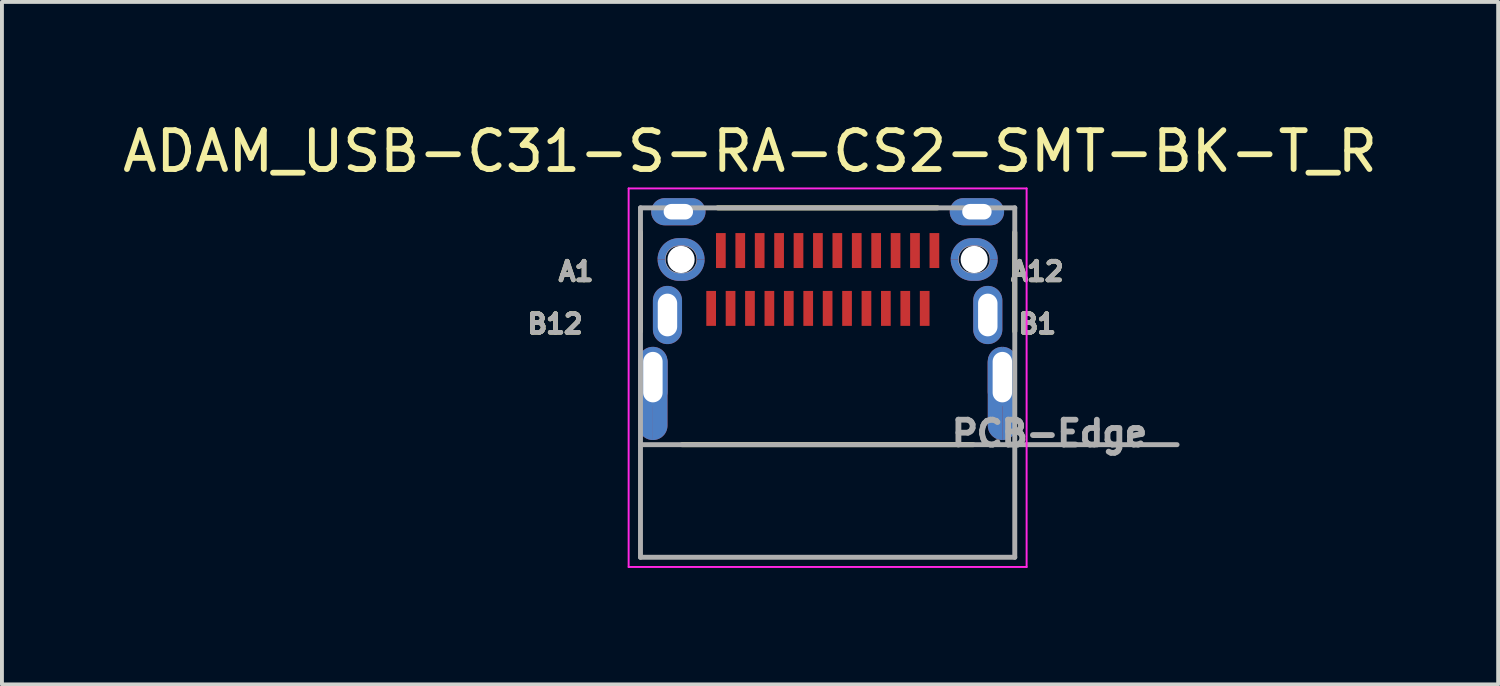
<source format=kicad_pcb>
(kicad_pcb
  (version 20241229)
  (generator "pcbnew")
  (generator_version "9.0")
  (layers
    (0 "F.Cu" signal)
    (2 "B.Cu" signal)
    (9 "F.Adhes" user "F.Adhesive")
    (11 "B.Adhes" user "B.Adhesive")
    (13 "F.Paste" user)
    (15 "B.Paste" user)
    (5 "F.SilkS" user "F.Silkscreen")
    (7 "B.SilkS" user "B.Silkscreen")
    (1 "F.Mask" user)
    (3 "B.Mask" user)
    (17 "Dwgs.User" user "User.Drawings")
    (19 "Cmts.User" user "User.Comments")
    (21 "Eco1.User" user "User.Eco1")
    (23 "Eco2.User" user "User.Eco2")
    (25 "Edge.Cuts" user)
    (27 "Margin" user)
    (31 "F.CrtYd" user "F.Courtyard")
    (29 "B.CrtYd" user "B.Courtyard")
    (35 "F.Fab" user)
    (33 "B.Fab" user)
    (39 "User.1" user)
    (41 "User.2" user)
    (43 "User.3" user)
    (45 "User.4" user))
  (footprint "ADAM_USB-C31-S-RA-CS2-SMT-BK-T_R"
    (layer "F.Cu")
    (at 18.266 3.633)
    (property "Reference" "ADAM_USB-C31-S-RA-CS2-SMT-BK-T_R" (at -1.998 -2.785 0) (layer "F.SilkS") (effects (font (size 1 1) (thickness 0.15))))
    (attr through_hole)
    (fp_poly (pts (xy -4.5 4.65) (xy -4.52 4.649) (xy -4.539 4.648) (xy -4.559 4.645) (xy -4.578 4.642) (xy -4.597 4.637) (xy -4.616 4.632) (xy -4.634 4.625) (xy -4.653 4.618) (xy -4.67 4.609) (xy -4.688 4.6) (xy -4.704 4.59) (xy -4.72 4.578) (xy -4.736 4.566) (xy -4.751 4.554) (xy -4.765 4.54) (xy -4.779 4.526) (xy -4.791 4.511) (xy -4.803 4.495) (xy -4.815 4.479) (xy -4.825 4.463) (xy -4.834 4.445) (xy -4.843 4.428) (xy -4.85 4.409) (xy -4.857 4.391) (xy -4.862 4.372) (xy -4.867 4.353) (xy -4.87 4.334) (xy -4.873 4.314) (xy -4.874 4.295) (xy -4.875 4.275) (xy -4.875 2.625) (xy -4.874 2.605) (xy -4.873 2.586) (xy -4.87 2.566) (xy -4.867 2.547) (xy -4.862 2.528) (xy -4.857 2.509) (xy -4.85 2.491) (xy -4.843 2.472) (xy -4.834 2.455) (xy -4.825 2.438) (xy -4.815 2.421) (xy -4.803 2.405) (xy -4.791 2.389) (xy -4.779 2.374) (xy -4.765 2.36) (xy -4.751 2.346) (xy -4.736 2.334) (xy -4.72 2.322) (xy -4.704 2.31) (xy -4.688 2.3) (xy -4.67 2.291) (xy -4.653 2.282) (xy -4.634 2.275) (xy -4.616 2.268) (xy -4.597 2.263) (xy -4.578 2.258) (xy -4.559 2.255) (xy -4.539 2.252) (xy -4.52 2.251) (xy -4.5 2.25) (xy -4.5 2.381) (xy -4.513 2.381) (xy -4.526 2.382) (xy -4.539 2.384) (xy -4.552 2.386) (xy -4.565 2.39) (xy -4.577 2.393) (xy -4.59 2.398) (xy -4.602 2.403) (xy -4.613 2.408) (xy -4.625 2.414) (xy -4.636 2.421) (xy -4.647 2.429) (xy -4.657 2.437) (xy -4.667 2.445) (xy -4.677 2.454) (xy -4.686 2.464) (xy -4.694 2.474) (xy -4.702 2.484) (xy -4.71 2.495) (xy -4.717 2.506) (xy -4.723 2.518) (xy -4.728 2.529) (xy -4.733 2.541) (xy -4.738 2.554) (xy -4.741 2.566) (xy -4.745 2.579) (xy -4.747 2.592) (xy -4.749 2.605) (xy -4.75 2.618) (xy -4.75 2.631) (xy -4.75 3.43) (xy -4.75 3.443) (xy -4.749 3.456) (xy -4.747 3.469) (xy -4.745 3.482) (xy -4.741 3.495) (xy -4.738 3.507) (xy -4.733 3.52) (xy -4.728 3.532) (xy -4.723 3.543) (xy -4.717 3.555) (xy -4.71 3.566) (xy -4.702 3.577) (xy -4.694 3.587) (xy -4.686 3.597) (xy -4.677 3.607) (xy -4.667 3.616) (xy -4.657 3.624) (xy -4.647 3.632) (xy -4.636 3.64) (xy -4.625 3.647) (xy -4.613 3.653) (xy -4.602 3.658) (xy -4.59 3.663) (xy -4.577 3.668) (xy -4.565 3.671) (xy -4.552 3.675) (xy -4.539 3.677) (xy -4.526 3.679) (xy -4.513 3.68) (xy -4.5 3.68) (xy -4.5 4.65)) (stroke (width 0) (type solid)) (fill yes) (layer "F.Cu"))
    (fp_poly (pts (xy 4.5 4.65) (xy 4.48 4.649) (xy 4.461 4.648) (xy 4.441 4.645) (xy 4.422 4.642) (xy 4.403 4.637) (xy 4.384 4.632) (xy 4.366 4.625) (xy 4.347 4.618) (xy 4.33 4.609) (xy 4.313 4.6) (xy 4.296 4.59) (xy 4.28 4.578) (xy 4.264 4.566) (xy 4.249 4.554) (xy 4.235 4.54) (xy 4.221 4.526) (xy 4.209 4.511) (xy 4.197 4.495) (xy 4.185 4.479) (xy 4.175 4.463) (xy 4.166 4.445) (xy 4.157 4.428) (xy 4.15 4.409) (xy 4.143 4.391) (xy 4.138 4.372) (xy 4.133 4.353) (xy 4.13 4.334) (xy 4.127 4.314) (xy 4.126 4.295) (xy 4.125 4.275) (xy 4.125 2.625) (xy 4.126 2.605) (xy 4.127 2.586) (xy 4.13 2.566) (xy 4.133 2.547) (xy 4.138 2.528) (xy 4.143 2.509) (xy 4.15 2.491) (xy 4.157 2.472) (xy 4.166 2.455) (xy 4.175 2.438) (xy 4.185 2.421) (xy 4.197 2.405) (xy 4.209 2.389) (xy 4.221 2.374) (xy 4.235 2.36) (xy 4.249 2.346) (xy 4.264 2.334) (xy 4.28 2.322) (xy 4.296 2.31) (xy 4.313 2.3) (xy 4.33 2.291) (xy 4.347 2.282) (xy 4.366 2.275) (xy 4.384 2.268) (xy 4.403 2.263) (xy 4.422 2.258) (xy 4.441 2.255) (xy 4.461 2.252) (xy 4.48 2.251) (xy 4.5 2.25) (xy 4.5 2.381) (xy 4.487 2.381) (xy 4.474 2.382) (xy 4.461 2.384) (xy 4.448 2.386) (xy 4.435 2.39) (xy 4.423 2.393) (xy 4.41 2.398) (xy 4.398 2.403) (xy 4.387 2.408) (xy 4.375 2.414) (xy 4.364 2.421) (xy 4.353 2.429) (xy 4.343 2.437) (xy 4.333 2.445) (xy 4.323 2.454) (xy 4.314 2.464) (xy 4.306 2.474) (xy 4.298 2.484) (xy 4.29 2.495) (xy 4.283 2.506) (xy 4.277 2.518) (xy 4.272 2.529) (xy 4.267 2.541) (xy 4.262 2.554) (xy 4.259 2.566) (xy 4.255 2.579) (xy 4.253 2.592) (xy 4.251 2.605) (xy 4.25 2.618) (xy 4.25 2.631) (xy 4.25 3.43) (xy 4.25 3.443) (xy 4.251 3.456) (xy 4.253 3.469) (xy 4.255 3.482) (xy 4.259 3.495) (xy 4.262 3.507) (xy 4.267 3.52) (xy 4.272 3.532) (xy 4.277 3.543) (xy 4.283 3.555) (xy 4.29 3.566) (xy 4.298 3.577) (xy 4.306 3.587) (xy 4.314 3.597) (xy 4.323 3.607) (xy 4.333 3.616) (xy 4.343 3.624) (xy 4.353 3.632) (xy 4.364 3.64) (xy 4.375 3.647) (xy 4.387 3.653) (xy 4.398 3.658) (xy 4.41 3.663) (xy 4.423 3.668) (xy 4.435 3.671) (xy 4.448 3.675) (xy 4.461 3.677) (xy 4.474 3.679) (xy 4.487 3.68) (xy 4.5 3.68) (xy 4.5 4.65)) (stroke (width 0) (type solid)) (fill yes) (layer "F.Cu"))
    (fp_poly (pts (xy -4.499 4.65) (xy -4.479 4.649) (xy -4.459 4.648) (xy -4.44 4.645) (xy -4.421 4.642) (xy -4.402 4.637) (xy -4.383 4.632) (xy -4.365 4.625) (xy -4.347 4.618) (xy -4.329 4.609) (xy -4.312 4.6) (xy -4.295 4.59) (xy -4.279 4.579) (xy -4.263 4.567) (xy -4.249 4.554) (xy -4.234 4.541) (xy -4.221 4.526) (xy -4.208 4.512) (xy -4.196 4.496) (xy -4.185 4.48) (xy -4.175 4.463) (xy -4.166 4.446) (xy -4.157 4.428) (xy -4.15 4.41) (xy -4.143 4.392) (xy -4.138 4.373) (xy -4.133 4.354) (xy -4.13 4.335) (xy -4.127 4.316) (xy -4.126 4.296) (xy -4.125 4.277) (xy -4.125 2.625) (xy -4.126 2.605) (xy -4.127 2.585) (xy -4.13 2.566) (xy -4.133 2.547) (xy -4.138 2.528) (xy -4.143 2.509) (xy -4.15 2.49) (xy -4.157 2.472) (xy -4.166 2.454) (xy -4.175 2.437) (xy -4.185 2.421) (xy -4.197 2.404) (xy -4.208 2.389) (xy -4.221 2.374) (xy -4.235 2.36) (xy -4.249 2.346) (xy -4.264 2.333) (xy -4.279 2.322) (xy -4.296 2.31) (xy -4.312 2.3) (xy -4.329 2.291) (xy -4.347 2.282) (xy -4.365 2.275) (xy -4.384 2.268) (xy -4.403 2.263) (xy -4.422 2.258) (xy -4.441 2.255) (xy -4.46 2.252) (xy -4.48 2.251) (xy -4.499 2.25) (xy -4.499 2.38) (xy -4.486 2.38) (xy -4.473 2.381) (xy -4.46 2.383) (xy -4.447 2.385) (xy -4.435 2.388) (xy -4.422 2.392) (xy -4.41 2.397) (xy -4.398 2.402) (xy -4.386 2.407) (xy -4.374 2.413) (xy -4.363 2.42) (xy -4.353 2.428) (xy -4.342 2.435) (xy -4.332 2.444) (xy -4.323 2.453) (xy -4.314 2.462) (xy -4.305 2.472) (xy -4.298 2.483) (xy -4.29 2.493) (xy -4.283 2.505) (xy -4.277 2.516) (xy -4.272 2.528) (xy -4.267 2.54) (xy -4.262 2.552) (xy -4.258 2.565) (xy -4.255 2.577) (xy -4.253 2.59) (xy -4.251 2.603) (xy -4.25 2.616) (xy -4.25 2.629) (xy -4.25 3.431) (xy -4.25 3.444) (xy -4.251 3.457) (xy -4.253 3.47) (xy -4.255 3.483) (xy -4.259 3.496) (xy -4.262 3.508) (xy -4.267 3.521) (xy -4.272 3.533) (xy -4.277 3.544) (xy -4.283 3.556) (xy -4.29 3.567) (xy -4.298 3.578) (xy -4.306 3.588) (xy -4.314 3.598) (xy -4.323 3.608) (xy -4.333 3.617) (xy -4.343 3.625) (xy -4.353 3.633) (xy -4.364 3.641) (xy -4.375 3.648) (xy -4.387 3.654) (xy -4.398 3.659) (xy -4.41 3.664) (xy -4.423 3.669) (xy -4.435 3.672) (xy -4.448 3.676) (xy -4.461 3.678) (xy -4.474 3.68) (xy -4.487 3.681) (xy -4.5 3.681) (xy -4.5 4.65) (xy -4.499 4.65)) (stroke (width 0) (type solid)) (fill yes) (layer "F.Cu"))
    (fp_poly (pts (xy 4.501 4.65) (xy 4.521 4.649) (xy 4.541 4.648) (xy 4.56 4.645) (xy 4.579 4.642) (xy 4.598 4.637) (xy 4.617 4.632) (xy 4.635 4.625) (xy 4.653 4.618) (xy 4.671 4.609) (xy 4.688 4.6) (xy 4.705 4.59) (xy 4.721 4.579) (xy 4.737 4.567) (xy 4.751 4.554) (xy 4.766 4.541) (xy 4.779 4.526) (xy 4.792 4.512) (xy 4.804 4.496) (xy 4.815 4.48) (xy 4.825 4.463) (xy 4.834 4.446) (xy 4.843 4.428) (xy 4.85 4.41) (xy 4.857 4.392) (xy 4.862 4.373) (xy 4.867 4.354) (xy 4.87 4.335) (xy 4.873 4.316) (xy 4.874 4.296) (xy 4.875 4.277) (xy 4.875 2.625) (xy 4.874 2.605) (xy 4.873 2.585) (xy 4.87 2.566) (xy 4.867 2.547) (xy 4.862 2.528) (xy 4.857 2.509) (xy 4.85 2.49) (xy 4.843 2.472) (xy 4.834 2.454) (xy 4.825 2.437) (xy 4.815 2.421) (xy 4.803 2.404) (xy 4.792 2.389) (xy 4.779 2.374) (xy 4.765 2.36) (xy 4.751 2.346) (xy 4.736 2.333) (xy 4.721 2.322) (xy 4.704 2.31) (xy 4.688 2.3) (xy 4.671 2.291) (xy 4.653 2.282) (xy 4.635 2.275) (xy 4.616 2.268) (xy 4.597 2.263) (xy 4.578 2.258) (xy 4.559 2.255) (xy 4.54 2.252) (xy 4.52 2.251) (xy 4.501 2.25) (xy 4.501 2.38) (xy 4.514 2.38) (xy 4.527 2.381) (xy 4.54 2.383) (xy 4.553 2.385) (xy 4.565 2.388) (xy 4.578 2.392) (xy 4.59 2.397) (xy 4.602 2.402) (xy 4.614 2.407) (xy 4.626 2.413) (xy 4.637 2.42) (xy 4.647 2.428) (xy 4.658 2.435) (xy 4.668 2.444) (xy 4.677 2.453) (xy 4.686 2.462) (xy 4.695 2.472) (xy 4.702 2.483) (xy 4.71 2.493) (xy 4.717 2.505) (xy 4.723 2.516) (xy 4.728 2.528) (xy 4.733 2.54) (xy 4.738 2.552) (xy 4.742 2.565) (xy 4.745 2.577) (xy 4.747 2.59) (xy 4.749 2.603) (xy 4.75 2.616) (xy 4.75 2.629) (xy 4.75 3.431) (xy 4.75 3.444) (xy 4.749 3.457) (xy 4.747 3.47) (xy 4.745 3.483) (xy 4.741 3.496) (xy 4.738 3.508) (xy 4.733 3.521) (xy 4.728 3.533) (xy 4.723 3.544) (xy 4.717 3.556) (xy 4.71 3.567) (xy 4.702 3.578) (xy 4.694 3.588) (xy 4.686 3.598) (xy 4.677 3.608) (xy 4.667 3.617) (xy 4.657 3.625) (xy 4.647 3.633) (xy 4.636 3.641) (xy 4.625 3.648) (xy 4.613 3.654) (xy 4.602 3.659) (xy 4.59 3.664) (xy 4.577 3.669) (xy 4.565 3.672) (xy 4.552 3.676) (xy 4.539 3.678) (xy 4.526 3.68) (xy 4.513 3.681) (xy 4.5 3.681) (xy 4.5 4.65) (xy 4.501 4.65)) (stroke (width 0) (type solid)) (fill yes) (layer "F.Cu"))
    (fp_poly (pts (xy -3.17 -0.004) (xy -3.171 0.027) (xy -3.173 0.056) (xy -3.177 0.085) (xy -3.182 0.113) (xy -3.189 0.141) (xy -3.197 0.169) (xy -3.207 0.196) (xy -3.218 0.223) (xy -3.23 0.249) (xy -3.244 0.274) (xy -3.259 0.299) (xy -3.275 0.323) (xy -3.293 0.346) (xy -3.312 0.368) (xy -3.332 0.388) (xy -3.352 0.408) (xy -3.374 0.427) (xy -3.397 0.445) (xy -3.421 0.461) (xy -3.446 0.476) (xy -3.471 0.49) (xy -3.497 0.502) (xy -3.524 0.513) (xy -3.551 0.523) (xy -3.579 0.531) (xy -3.607 0.538) (xy -3.635 0.543) (xy -3.664 0.547) (xy -3.693 0.549) (xy -3.719 0.55) (xy -3.829 0.55) (xy -3.856 0.549) (xy -3.885 0.547) (xy -3.914 0.543) (xy -3.942 0.538) (xy -3.97 0.531) (xy -3.998 0.523) (xy -4.025 0.513) (xy -4.052 0.502) (xy -4.078 0.49) (xy -4.104 0.476) (xy -4.128 0.461) (xy -4.152 0.444) (xy -4.175 0.427) (xy -4.197 0.408) (xy -4.218 0.388) (xy -4.238 0.367) (xy -4.257 0.345) (xy -4.274 0.322) (xy -4.291 0.298) (xy -4.306 0.274) (xy -4.32 0.248) (xy -4.332 0.222) (xy -4.343 0.195) (xy -4.353 0.168) (xy -4.361 0.14) (xy -4.368 0.112) (xy -4.373 0.084) (xy -4.377 0.055) (xy -4.379 0.026) (xy -4.38 -0.004) (xy -4.18 -0.004) (xy -4.179 -0.004) (xy -4.179 -0.005) (xy -4.179 0.015) (xy -4.177 0.034) (xy -4.175 0.052) (xy -4.171 0.07) (xy -4.167 0.088) (xy -4.162 0.106) (xy -4.156 0.124) (xy -4.148 0.141) (xy -4.141 0.157) (xy -4.132 0.174) (xy -4.122 0.189) (xy -4.112 0.204) (xy -4.1 0.219) (xy -4.088 0.233) (xy -4.076 0.247) (xy -4.062 0.259) (xy -4.048 0.271) (xy -4.033 0.283) (xy -4.018 0.293) (xy -4.003 0.303) (xy -3.986 0.312) (xy -3.97 0.319) (xy -3.953 0.327) (xy -3.935 0.333) (xy -3.917 0.338) (xy -3.899 0.342) (xy -3.881 0.346) (xy -3.863 0.348) (xy -3.844 0.35) (xy -3.828 0.35) (xy -3.72 0.35) (xy -3.704 0.35) (xy -3.685 0.348) (xy -3.667 0.346) (xy -3.649 0.342) (xy -3.631 0.338) (xy -3.613 0.333) (xy -3.596 0.327) (xy -3.579 0.32) (xy -3.562 0.312) (xy -3.546 0.303) (xy -3.53 0.293) (xy -3.515 0.283) (xy -3.5 0.272) (xy -3.486 0.26) (xy -3.473 0.247) (xy -3.46 0.234) (xy -3.448 0.22) (xy -3.437 0.205) (xy -3.427 0.19) (xy -3.417 0.174) (xy -3.408 0.158) (xy -3.4 0.141) (xy -3.393 0.124) (xy -3.387 0.107) (xy -3.382 0.089) (xy -3.378 0.071) (xy -3.374 0.053) (xy -3.372 0.035) (xy -3.37 0.016) (xy -3.37 -0.004) (xy -3.17 -0.004)) (stroke (width 0.0001) (type solid)) (fill yes) (layer "F.Cu"))
    (fp_poly (pts (xy 4.38 -0.004) (xy 4.379 0.027) (xy 4.377 0.056) (xy 4.373 0.085) (xy 4.368 0.113) (xy 4.361 0.141) (xy 4.353 0.169) (xy 4.343 0.196) (xy 4.332 0.223) (xy 4.32 0.249) (xy 4.306 0.274) (xy 4.291 0.299) (xy 4.275 0.323) (xy 4.257 0.346) (xy 4.238 0.368) (xy 4.218 0.388) (xy 4.198 0.408) (xy 4.176 0.427) (xy 4.153 0.445) (xy 4.129 0.461) (xy 4.104 0.476) (xy 4.079 0.49) (xy 4.053 0.502) (xy 4.026 0.513) (xy 3.999 0.523) (xy 3.971 0.531) (xy 3.943 0.538) (xy 3.915 0.543) (xy 3.886 0.547) (xy 3.857 0.549) (xy 3.831 0.55) (xy 3.721 0.55) (xy 3.694 0.549) (xy 3.665 0.547) (xy 3.636 0.543) (xy 3.608 0.538) (xy 3.58 0.531) (xy 3.552 0.523) (xy 3.525 0.513) (xy 3.498 0.502) (xy 3.472 0.49) (xy 3.446 0.476) (xy 3.422 0.461) (xy 3.398 0.444) (xy 3.375 0.427) (xy 3.353 0.408) (xy 3.332 0.388) (xy 3.312 0.367) (xy 3.293 0.345) (xy 3.276 0.322) (xy 3.259 0.298) (xy 3.244 0.274) (xy 3.23 0.248) (xy 3.218 0.222) (xy 3.207 0.195) (xy 3.197 0.168) (xy 3.189 0.14) (xy 3.182 0.112) (xy 3.177 0.084) (xy 3.173 0.055) (xy 3.171 0.026) (xy 3.17 -0.004) (xy 3.37 -0.004) (xy 3.371 -0.004) (xy 3.371 -0.005) (xy 3.371 0.015) (xy 3.373 0.034) (xy 3.375 0.052) (xy 3.379 0.07) (xy 3.383 0.088) (xy 3.388 0.106) (xy 3.394 0.124) (xy 3.402 0.141) (xy 3.409 0.157) (xy 3.418 0.174) (xy 3.428 0.189) (xy 3.438 0.204) (xy 3.45 0.219) (xy 3.462 0.233) (xy 3.474 0.247) (xy 3.488 0.259) (xy 3.502 0.271) (xy 3.517 0.283) (xy 3.532 0.293) (xy 3.547 0.303) (xy 3.564 0.312) (xy 3.58 0.319) (xy 3.597 0.327) (xy 3.615 0.333) (xy 3.633 0.338) (xy 3.651 0.342) (xy 3.669 0.346) (xy 3.687 0.348) (xy 3.706 0.35) (xy 3.722 0.35) (xy 3.83 0.35) (xy 3.846 0.35) (xy 3.865 0.348) (xy 3.883 0.346) (xy 3.901 0.342) (xy 3.919 0.338) (xy 3.937 0.333) (xy 3.954 0.327) (xy 3.971 0.32) (xy 3.988 0.312) (xy 4.004 0.303) (xy 4.02 0.293) (xy 4.035 0.283) (xy 4.05 0.272) (xy 4.064 0.26) (xy 4.077 0.247) (xy 4.09 0.234) (xy 4.102 0.22) (xy 4.113 0.205) (xy 4.123 0.19) (xy 4.133 0.174) (xy 4.142 0.158) (xy 4.15 0.141) (xy 4.157 0.124) (xy 4.163 0.107) (xy 4.168 0.089) (xy 4.172 0.071) (xy 4.176 0.053) (xy 4.178 0.035) (xy 4.18 0.016) (xy 4.18 -0.004) (xy 4.38 -0.004)) (stroke (width 0.0001) (type solid)) (fill yes) (layer "F.Cu"))
    (fp_poly (pts (xy -4.5 4.75) (xy -4.525 4.749) (xy -4.55 4.747) (xy -4.574 4.744) (xy -4.599 4.74) (xy -4.623 4.734) (xy -4.647 4.727) (xy -4.67 4.718) (xy -4.693 4.709) (xy -4.716 4.698) (xy -4.737 4.686) (xy -4.759 4.673) (xy -4.779 4.659) (xy -4.799 4.644) (xy -4.818 4.628) (xy -4.836 4.611) (xy -4.853 4.593) (xy -4.869 4.574) (xy -4.884 4.554) (xy -4.898 4.534) (xy -4.911 4.513) (xy -4.923 4.491) (xy -4.934 4.468) (xy -4.943 4.445) (xy -4.952 4.422) (xy -4.959 4.398) (xy -4.965 4.374) (xy -4.969 4.349) (xy -4.972 4.325) (xy -4.974 4.3) (xy -4.975 4.275) (xy -4.975 2.608) (xy -4.974 2.583) (xy -4.972 2.558) (xy -4.969 2.534) (xy -4.965 2.509) (xy -4.959 2.485) (xy -4.952 2.461) (xy -4.943 2.437) (xy -4.934 2.414) (xy -4.923 2.392) (xy -4.911 2.37) (xy -4.898 2.349) (xy -4.884 2.328) (xy -4.869 2.308) (xy -4.853 2.289) (xy -4.836 2.271) (xy -4.818 2.254) (xy -4.799 2.238) (xy -4.779 2.223) (xy -4.758 2.209) (xy -4.737 2.196) (xy -4.715 2.184) (xy -4.693 2.173) (xy -4.67 2.164) (xy -4.646 2.155) (xy -4.622 2.148) (xy -4.598 2.142) (xy -4.573 2.138) (xy -4.549 2.135) (xy -4.524 2.133) (xy -4.499 2.132) (xy -4.475 2.133) (xy -4.45 2.135) (xy -4.425 2.138) (xy -4.401 2.142) (xy -4.377 2.148) (xy -4.353 2.155) (xy -4.329 2.164) (xy -4.307 2.173) (xy -4.284 2.184) (xy -4.262 2.196) (xy -4.241 2.209) (xy -4.221 2.223) (xy -4.201 2.238) (xy -4.182 2.254) (xy -4.164 2.271) (xy -4.147 2.289) (xy -4.131 2.308) (xy -4.116 2.328) (xy -4.102 2.348) (xy -4.089 2.369) (xy -4.077 2.391) (xy -4.066 2.414) (xy -4.057 2.436) (xy -4.048 2.46) (xy -4.041 2.484) (xy -4.035 2.508) (xy -4.031 2.532) (xy -4.028 2.557) (xy -4.026 2.582) (xy -4.025 2.607) (xy -4.025 4.274) (xy -4.026 4.299) (xy -4.028 4.324) (xy -4.031 4.349) (xy -4.035 4.373) (xy -4.041 4.398) (xy -4.048 4.421) (xy -4.057 4.445) (xy -4.066 4.468) (xy -4.077 4.49) (xy -4.089 4.512) (xy -4.102 4.533) (xy -4.116 4.554) (xy -4.131 4.574) (xy -4.147 4.593) (xy -4.164 4.611) (xy -4.182 4.628) (xy -4.201 4.644) (xy -4.221 4.659) (xy -4.242 4.673) (xy -4.263 4.686) (xy -4.285 4.698) (xy -4.307 4.709) (xy -4.33 4.718) (xy -4.354 4.727) (xy -4.377 4.734) (xy -4.402 4.74) (xy -4.426 4.744) (xy -4.451 4.747) (xy -4.476 4.749) (xy -4.5 4.75)) (stroke (width 0) (type solid)) (fill yes) (layer "F.Mask"))
    (fp_poly (pts (xy 4.5 4.75) (xy 4.475 4.749) (xy 4.45 4.747) (xy 4.426 4.744) (xy 4.401 4.74) (xy 4.377 4.734) (xy 4.353 4.727) (xy 4.33 4.718) (xy 4.307 4.709) (xy 4.284 4.698) (xy 4.263 4.686) (xy 4.241 4.673) (xy 4.221 4.659) (xy 4.201 4.644) (xy 4.182 4.628) (xy 4.164 4.611) (xy 4.147 4.593) (xy 4.131 4.574) (xy 4.116 4.554) (xy 4.102 4.534) (xy 4.089 4.513) (xy 4.077 4.491) (xy 4.066 4.468) (xy 4.057 4.445) (xy 4.048 4.422) (xy 4.041 4.398) (xy 4.035 4.374) (xy 4.031 4.349) (xy 4.028 4.325) (xy 4.026 4.3) (xy 4.025 4.275) (xy 4.025 2.608) (xy 4.026 2.583) (xy 4.028 2.558) (xy 4.031 2.534) (xy 4.035 2.509) (xy 4.041 2.485) (xy 4.048 2.461) (xy 4.057 2.437) (xy 4.066 2.414) (xy 4.077 2.392) (xy 4.089 2.37) (xy 4.102 2.349) (xy 4.116 2.328) (xy 4.131 2.308) (xy 4.147 2.289) (xy 4.164 2.271) (xy 4.182 2.254) (xy 4.201 2.238) (xy 4.221 2.223) (xy 4.242 2.209) (xy 4.263 2.196) (xy 4.285 2.184) (xy 4.307 2.173) (xy 4.33 2.164) (xy 4.354 2.155) (xy 4.378 2.148) (xy 4.402 2.142) (xy 4.427 2.138) (xy 4.451 2.135) (xy 4.476 2.133) (xy 4.501 2.132) (xy 4.526 2.133) (xy 4.551 2.135) (xy 4.575 2.138) (xy 4.6 2.142) (xy 4.624 2.148) (xy 4.648 2.155) (xy 4.671 2.164) (xy 4.694 2.173) (xy 4.717 2.184) (xy 4.739 2.196) (xy 4.76 2.209) (xy 4.78 2.223) (xy 4.8 2.238) (xy 4.819 2.254) (xy 4.837 2.271) (xy 4.854 2.289) (xy 4.87 2.308) (xy 4.885 2.328) (xy 4.899 2.348) (xy 4.912 2.37) (xy 4.924 2.391) (xy 4.935 2.414) (xy 4.944 2.437) (xy 4.953 2.46) (xy 4.96 2.484) (xy 4.966 2.508) (xy 4.97 2.533) (xy 4.973 2.557) (xy 4.975 2.582) (xy 4.976 2.607) (xy 4.976 4.274) (xy 4.975 4.299) (xy 4.973 4.324) (xy 4.97 4.348) (xy 4.966 4.373) (xy 4.96 4.397) (xy 4.953 4.421) (xy 4.944 4.445) (xy 4.935 4.468) (xy 4.924 4.49) (xy 4.912 4.512) (xy 4.899 4.533) (xy 4.885 4.554) (xy 4.87 4.574) (xy 4.854 4.593) (xy 4.837 4.611) (xy 4.819 4.628) (xy 4.8 4.644) (xy 4.78 4.659) (xy 4.759 4.673) (xy 4.738 4.686) (xy 4.716 4.698) (xy 4.694 4.709) (xy 4.671 4.718) (xy 4.647 4.727) (xy 4.623 4.734) (xy 4.599 4.74) (xy 4.574 4.744) (xy 4.55 4.747) (xy 4.525 4.749) (xy 4.5 4.75)) (stroke (width 0) (type solid)) (fill yes) (layer "F.Mask"))
    (fp_poly (pts (xy -4.48 0.003) (xy -4.479 -0.031) (xy -4.476 -0.065) (xy -4.472 -0.099) (xy -4.466 -0.132) (xy -4.458 -0.166) (xy -4.448 -0.198) (xy -4.437 -0.231) (xy -4.424 -0.262) (xy -4.409 -0.293) (xy -4.392 -0.323) (xy -4.375 -0.352) (xy -4.355 -0.381) (xy -4.334 -0.408) (xy -4.312 -0.434) (xy -4.289 -0.459) (xy -4.264 -0.482) (xy -4.238 -0.504) (xy -4.211 -0.525) (xy -4.182 -0.545) (xy -4.153 -0.562) (xy -4.123 -0.579) (xy -4.092 -0.594) (xy -4.061 -0.607) (xy -4.028 -0.618) (xy -3.996 -0.628) (xy -3.962 -0.636) (xy -3.929 -0.642) (xy -3.895 -0.646) (xy -3.861 -0.649) (xy -3.826 -0.65) (xy -3.715 -0.65) (xy -3.685 -0.649) (xy -3.651 -0.646) (xy -3.617 -0.642) (xy -3.584 -0.636) (xy -3.551 -0.628) (xy -3.518 -0.618) (xy -3.486 -0.607) (xy -3.455 -0.594) (xy -3.424 -0.579) (xy -3.394 -0.563) (xy -3.366 -0.545) (xy -3.338 -0.526) (xy -3.311 -0.505) (xy -3.285 -0.483) (xy -3.26 -0.46) (xy -3.237 -0.435) (xy -3.215 -0.409) (xy -3.194 -0.382) (xy -3.175 -0.354) (xy -3.157 -0.326) (xy -3.141 -0.296) (xy -3.126 -0.265) (xy -3.113 -0.234) (xy -3.102 -0.202) (xy -3.092 -0.169) (xy -3.084 -0.136) (xy -3.078 -0.103) (xy -3.074 -0.069) (xy -3.071 -0.035) (xy -3.07 0.003) (xy -3.071 0.037) (xy -3.074 0.071) (xy -3.078 0.105) (xy -3.084 0.138) (xy -3.092 0.171) (xy -3.102 0.203) (xy -3.113 0.235) (xy -3.126 0.266) (xy -3.14 0.297) (xy -3.157 0.327) (xy -3.174 0.356) (xy -3.193 0.384) (xy -3.214 0.41) (xy -3.236 0.436) (xy -3.259 0.461) (xy -3.284 0.484) (xy -3.31 0.506) (xy -3.336 0.527) (xy -3.364 0.546) (xy -3.393 0.563) (xy -3.423 0.58) (xy -3.454 0.594) (xy -3.485 0.607) (xy -3.517 0.618) (xy -3.549 0.628) (xy -3.582 0.636) (xy -3.615 0.642) (xy -3.649 0.646) (xy -3.683 0.649) (xy -3.716 0.65) (xy -3.826 0.65) (xy -3.864 0.649) (xy -3.898 0.646) (xy -3.932 0.642) (xy -3.965 0.636) (xy -3.998 0.628) (xy -4.031 0.618) (xy -4.063 0.607) (xy -4.094 0.594) (xy -4.125 0.579) (xy -4.155 0.563) (xy -4.184 0.545) (xy -4.212 0.526) (xy -4.239 0.505) (xy -4.265 0.483) (xy -4.29 0.46) (xy -4.313 0.435) (xy -4.335 0.409) (xy -4.356 0.382) (xy -4.375 0.354) (xy -4.393 0.325) (xy -4.409 0.295) (xy -4.424 0.264) (xy -4.437 0.233) (xy -4.448 0.201) (xy -4.458 0.168) (xy -4.466 0.135) (xy -4.472 0.102) (xy -4.476 0.068) (xy -4.479 0.034) (xy -4.48 0.004) (xy -4.48 0.003)) (stroke (width 0) (type solid)) (fill yes) (layer "F.Mask"))
    (fp_poly (pts (xy 3.07 0.003) (xy 3.071 -0.031) (xy 3.074 -0.065) (xy 3.078 -0.099) (xy 3.084 -0.132) (xy 3.092 -0.166) (xy 3.102 -0.198) (xy 3.113 -0.231) (xy 3.126 -0.262) (xy 3.141 -0.293) (xy 3.158 -0.323) (xy 3.175 -0.352) (xy 3.195 -0.381) (xy 3.216 -0.408) (xy 3.238 -0.434) (xy 3.261 -0.459) (xy 3.286 -0.482) (xy 3.312 -0.504) (xy 3.339 -0.525) (xy 3.368 -0.545) (xy 3.397 -0.562) (xy 3.427 -0.579) (xy 3.458 -0.594) (xy 3.489 -0.607) (xy 3.522 -0.618) (xy 3.554 -0.628) (xy 3.588 -0.636) (xy 3.621 -0.642) (xy 3.655 -0.646) (xy 3.689 -0.649) (xy 3.724 -0.65) (xy 3.835 -0.65) (xy 3.865 -0.649) (xy 3.899 -0.646) (xy 3.933 -0.642) (xy 3.966 -0.636) (xy 3.999 -0.628) (xy 4.032 -0.618) (xy 4.064 -0.607) (xy 4.095 -0.594) (xy 4.126 -0.579) (xy 4.156 -0.563) (xy 4.184 -0.545) (xy 4.212 -0.526) (xy 4.239 -0.505) (xy 4.265 -0.483) (xy 4.29 -0.46) (xy 4.313 -0.435) (xy 4.335 -0.409) (xy 4.356 -0.382) (xy 4.375 -0.354) (xy 4.393 -0.326) (xy 4.409 -0.296) (xy 4.424 -0.265) (xy 4.437 -0.234) (xy 4.448 -0.202) (xy 4.458 -0.169) (xy 4.466 -0.136) (xy 4.472 -0.103) (xy 4.476 -0.069) (xy 4.479 -0.035) (xy 4.48 0.003) (xy 4.479 0.037) (xy 4.476 0.071) (xy 4.472 0.105) (xy 4.466 0.138) (xy 4.458 0.171) (xy 4.448 0.203) (xy 4.437 0.235) (xy 4.424 0.266) (xy 4.41 0.297) (xy 4.393 0.327) (xy 4.376 0.356) (xy 4.357 0.384) (xy 4.336 0.41) (xy 4.314 0.436) (xy 4.291 0.461) (xy 4.266 0.484) (xy 4.24 0.506) (xy 4.214 0.527) (xy 4.186 0.546) (xy 4.157 0.563) (xy 4.127 0.58) (xy 4.096 0.594) (xy 4.065 0.607) (xy 4.033 0.618) (xy 4.001 0.628) (xy 3.968 0.636) (xy 3.935 0.642) (xy 3.901 0.646) (xy 3.867 0.649) (xy 3.834 0.65) (xy 3.724 0.65) (xy 3.686 0.649) (xy 3.652 0.646) (xy 3.618 0.642) (xy 3.585 0.636) (xy 3.552 0.628) (xy 3.519 0.618) (xy 3.487 0.607) (xy 3.456 0.594) (xy 3.425 0.579) (xy 3.395 0.563) (xy 3.366 0.545) (xy 3.338 0.526) (xy 3.311 0.505) (xy 3.285 0.483) (xy 3.26 0.46) (xy 3.237 0.435) (xy 3.215 0.409) (xy 3.194 0.382) (xy 3.175 0.354) (xy 3.157 0.325) (xy 3.141 0.295) (xy 3.126 0.264) (xy 3.113 0.233) (xy 3.102 0.201) (xy 3.092 0.168) (xy 3.084 0.135) (xy 3.078 0.102) (xy 3.074 0.068) (xy 3.071 0.034) (xy 3.07 0.004) (xy 3.07 0.003)) (stroke (width 0) (type solid)) (fill yes) (layer "F.Mask"))
    (fp_poly (pts (xy -4.5 4.65) (xy -4.52 4.649) (xy -4.539 4.648) (xy -4.559 4.645) (xy -4.578 4.642) (xy -4.597 4.637) (xy -4.616 4.632) (xy -4.634 4.625) (xy -4.653 4.618) (xy -4.67 4.609) (xy -4.688 4.6) (xy -4.704 4.59) (xy -4.72 4.578) (xy -4.736 4.566) (xy -4.751 4.554) (xy -4.765 4.54) (xy -4.779 4.526) (xy -4.791 4.511) (xy -4.803 4.495) (xy -4.815 4.479) (xy -4.825 4.463) (xy -4.834 4.445) (xy -4.843 4.428) (xy -4.85 4.409) (xy -4.857 4.391) (xy -4.862 4.372) (xy -4.867 4.353) (xy -4.87 4.334) (xy -4.873 4.314) (xy -4.874 4.295) (xy -4.875 4.275) (xy -4.875 2.625) (xy -4.874 2.605) (xy -4.873 2.586) (xy -4.87 2.566) (xy -4.867 2.547) (xy -4.862 2.528) (xy -4.857 2.509) (xy -4.85 2.491) (xy -4.843 2.472) (xy -4.834 2.455) (xy -4.825 2.438) (xy -4.815 2.421) (xy -4.803 2.405) (xy -4.791 2.389) (xy -4.779 2.374) (xy -4.765 2.36) (xy -4.751 2.346) (xy -4.736 2.334) (xy -4.72 2.322) (xy -4.704 2.31) (xy -4.688 2.3) (xy -4.67 2.291) (xy -4.653 2.282) (xy -4.634 2.275) (xy -4.616 2.268) (xy -4.597 2.263) (xy -4.578 2.258) (xy -4.559 2.255) (xy -4.539 2.252) (xy -4.52 2.251) (xy -4.5 2.25) (xy -4.5 2.38) (xy -4.513 2.38) (xy -4.526 2.381) (xy -4.539 2.383) (xy -4.552 2.385) (xy -4.564 2.389) (xy -4.577 2.392) (xy -4.589 2.397) (xy -4.601 2.402) (xy -4.613 2.407) (xy -4.625 2.414) (xy -4.636 2.42) (xy -4.647 2.428) (xy -4.657 2.436) (xy -4.667 2.444) (xy -4.677 2.453) (xy -4.686 2.463) (xy -4.694 2.473) (xy -4.702 2.483) (xy -4.71 2.494) (xy -4.716 2.505) (xy -4.723 2.517) (xy -4.728 2.529) (xy -4.733 2.541) (xy -4.738 2.553) (xy -4.741 2.566) (xy -4.745 2.578) (xy -4.747 2.591) (xy -4.749 2.604) (xy -4.75 2.617) (xy -4.75 2.631) (xy -4.75 3.43) (xy -4.75 3.443) (xy -4.749 3.456) (xy -4.747 3.469) (xy -4.745 3.482) (xy -4.741 3.495) (xy -4.738 3.507) (xy -4.733 3.52) (xy -4.728 3.532) (xy -4.723 3.543) (xy -4.717 3.555) (xy -4.71 3.566) (xy -4.702 3.577) (xy -4.694 3.587) (xy -4.686 3.597) (xy -4.677 3.607) (xy -4.667 3.616) (xy -4.657 3.624) (xy -4.647 3.632) (xy -4.636 3.64) (xy -4.625 3.647) (xy -4.613 3.653) (xy -4.602 3.658) (xy -4.59 3.663) (xy -4.577 3.668) (xy -4.565 3.671) (xy -4.552 3.675) (xy -4.539 3.677) (xy -4.526 3.679) (xy -4.513 3.68) (xy -4.5 3.68) (xy -4.5 4.65)) (stroke (width 0) (type solid)) (fill yes) (layer "B.Cu"))
    (fp_poly (pts (xy 4.5 4.65) (xy 4.48 4.649) (xy 4.461 4.648) (xy 4.441 4.645) (xy 4.422 4.642) (xy 4.403 4.637) (xy 4.384 4.632) (xy 4.366 4.625) (xy 4.347 4.618) (xy 4.33 4.609) (xy 4.313 4.6) (xy 4.296 4.59) (xy 4.28 4.578) (xy 4.264 4.566) (xy 4.249 4.554) (xy 4.235 4.54) (xy 4.221 4.526) (xy 4.209 4.511) (xy 4.197 4.495) (xy 4.185 4.479) (xy 4.175 4.463) (xy 4.166 4.445) (xy 4.157 4.428) (xy 4.15 4.409) (xy 4.143 4.391) (xy 4.138 4.372) (xy 4.133 4.353) (xy 4.13 4.334) (xy 4.127 4.314) (xy 4.126 4.295) (xy 4.125 4.275) (xy 4.125 2.625) (xy 4.126 2.605) (xy 4.127 2.586) (xy 4.13 2.566) (xy 4.133 2.547) (xy 4.138 2.528) (xy 4.143 2.509) (xy 4.15 2.491) (xy 4.157 2.472) (xy 4.166 2.455) (xy 4.175 2.438) (xy 4.185 2.421) (xy 4.197 2.405) (xy 4.209 2.389) (xy 4.221 2.374) (xy 4.235 2.36) (xy 4.249 2.346) (xy 4.264 2.334) (xy 4.28 2.322) (xy 4.296 2.31) (xy 4.313 2.3) (xy 4.33 2.291) (xy 4.347 2.282) (xy 4.366 2.275) (xy 4.384 2.268) (xy 4.403 2.263) (xy 4.422 2.258) (xy 4.441 2.255) (xy 4.461 2.252) (xy 4.48 2.251) (xy 4.5 2.25) (xy 4.5 2.381) (xy 4.487 2.381) (xy 4.474 2.382) (xy 4.461 2.384) (xy 4.448 2.386) (xy 4.435 2.39) (xy 4.423 2.393) (xy 4.41 2.398) (xy 4.398 2.403) (xy 4.387 2.408) (xy 4.375 2.414) (xy 4.364 2.421) (xy 4.353 2.429) (xy 4.343 2.437) (xy 4.333 2.445) (xy 4.323 2.454) (xy 4.314 2.464) (xy 4.306 2.474) (xy 4.298 2.484) (xy 4.29 2.495) (xy 4.283 2.506) (xy 4.277 2.518) (xy 4.272 2.529) (xy 4.267 2.541) (xy 4.262 2.554) (xy 4.259 2.566) (xy 4.255 2.579) (xy 4.253 2.592) (xy 4.251 2.605) (xy 4.25 2.618) (xy 4.25 2.631) (xy 4.25 3.43) (xy 4.25 3.443) (xy 4.251 3.456) (xy 4.253 3.469) (xy 4.255 3.482) (xy 4.259 3.495) (xy 4.262 3.507) (xy 4.267 3.52) (xy 4.272 3.532) (xy 4.277 3.543) (xy 4.283 3.555) (xy 4.29 3.566) (xy 4.298 3.577) (xy 4.306 3.587) (xy 4.314 3.597) (xy 4.323 3.607) (xy 4.333 3.616) (xy 4.343 3.624) (xy 4.353 3.632) (xy 4.364 3.64) (xy 4.375 3.647) (xy 4.387 3.653) (xy 4.398 3.658) (xy 4.41 3.663) (xy 4.423 3.668) (xy 4.435 3.671) (xy 4.448 3.675) (xy 4.461 3.677) (xy 4.474 3.679) (xy 4.487 3.68) (xy 4.5 3.68) (xy 4.5 4.65)) (stroke (width 0) (type solid)) (fill yes) (layer "B.Cu"))
    (fp_poly (pts (xy -4.499 4.65) (xy -4.479 4.649) (xy -4.459 4.648) (xy -4.44 4.645) (xy -4.421 4.642) (xy -4.402 4.637) (xy -4.383 4.632) (xy -4.365 4.625) (xy -4.347 4.618) (xy -4.329 4.609) (xy -4.312 4.6) (xy -4.295 4.59) (xy -4.279 4.579) (xy -4.263 4.567) (xy -4.249 4.554) (xy -4.234 4.541) (xy -4.221 4.526) (xy -4.208 4.512) (xy -4.196 4.496) (xy -4.185 4.48) (xy -4.175 4.463) (xy -4.166 4.446) (xy -4.157 4.428) (xy -4.15 4.41) (xy -4.143 4.392) (xy -4.138 4.373) (xy -4.133 4.354) (xy -4.13 4.335) (xy -4.127 4.316) (xy -4.126 4.296) (xy -4.125 4.277) (xy -4.125 2.625) (xy -4.126 2.605) (xy -4.127 2.585) (xy -4.13 2.566) (xy -4.133 2.547) (xy -4.138 2.528) (xy -4.143 2.509) (xy -4.15 2.49) (xy -4.157 2.472) (xy -4.166 2.454) (xy -4.175 2.437) (xy -4.185 2.421) (xy -4.197 2.404) (xy -4.208 2.389) (xy -4.221 2.374) (xy -4.235 2.36) (xy -4.249 2.346) (xy -4.264 2.333) (xy -4.279 2.322) (xy -4.296 2.31) (xy -4.312 2.3) (xy -4.329 2.291) (xy -4.347 2.282) (xy -4.365 2.275) (xy -4.384 2.268) (xy -4.403 2.263) (xy -4.422 2.258) (xy -4.441 2.255) (xy -4.46 2.252) (xy -4.48 2.251) (xy -4.499 2.25) (xy -4.499 2.38) (xy -4.486 2.38) (xy -4.473 2.381) (xy -4.46 2.383) (xy -4.447 2.385) (xy -4.435 2.388) (xy -4.422 2.392) (xy -4.41 2.397) (xy -4.398 2.402) (xy -4.386 2.407) (xy -4.374 2.413) (xy -4.363 2.42) (xy -4.353 2.428) (xy -4.342 2.435) (xy -4.332 2.444) (xy -4.323 2.453) (xy -4.314 2.462) (xy -4.305 2.472) (xy -4.298 2.483) (xy -4.29 2.493) (xy -4.283 2.505) (xy -4.277 2.516) (xy -4.272 2.528) (xy -4.267 2.54) (xy -4.262 2.552) (xy -4.258 2.565) (xy -4.255 2.577) (xy -4.253 2.59) (xy -4.251 2.603) (xy -4.25 2.616) (xy -4.25 2.629) (xy -4.25 3.431) (xy -4.25 3.444) (xy -4.251 3.457) (xy -4.253 3.47) (xy -4.255 3.483) (xy -4.259 3.496) (xy -4.262 3.508) (xy -4.267 3.521) (xy -4.272 3.533) (xy -4.277 3.544) (xy -4.283 3.556) (xy -4.29 3.567) (xy -4.298 3.578) (xy -4.306 3.588) (xy -4.314 3.598) (xy -4.323 3.608) (xy -4.333 3.617) (xy -4.343 3.625) (xy -4.353 3.633) (xy -4.364 3.641) (xy -4.375 3.648) (xy -4.387 3.654) (xy -4.398 3.659) (xy -4.41 3.664) (xy -4.423 3.669) (xy -4.435 3.672) (xy -4.448 3.676) (xy -4.461 3.678) (xy -4.474 3.68) (xy -4.487 3.681) (xy -4.5 3.681) (xy -4.5 4.65) (xy -4.499 4.65)) (stroke (width 0) (type solid)) (fill yes) (layer "B.Cu"))
    (fp_poly (pts (xy 4.501 4.65) (xy 4.521 4.649) (xy 4.541 4.648) (xy 4.56 4.645) (xy 4.579 4.642) (xy 4.598 4.637) (xy 4.617 4.632) (xy 4.635 4.625) (xy 4.653 4.618) (xy 4.671 4.609) (xy 4.688 4.6) (xy 4.705 4.59) (xy 4.721 4.579) (xy 4.737 4.567) (xy 4.751 4.554) (xy 4.766 4.541) (xy 4.779 4.526) (xy 4.792 4.512) (xy 4.804 4.496) (xy 4.815 4.48) (xy 4.825 4.463) (xy 4.834 4.446) (xy 4.843 4.428) (xy 4.85 4.41) (xy 4.857 4.392) (xy 4.862 4.373) (xy 4.867 4.354) (xy 4.87 4.335) (xy 4.873 4.316) (xy 4.874 4.296) (xy 4.875 4.277) (xy 4.875 2.625) (xy 4.874 2.605) (xy 4.873 2.585) (xy 4.87 2.566) (xy 4.867 2.547) (xy 4.862 2.528) (xy 4.857 2.509) (xy 4.85 2.49) (xy 4.843 2.472) (xy 4.834 2.454) (xy 4.825 2.437) (xy 4.815 2.421) (xy 4.803 2.404) (xy 4.792 2.389) (xy 4.779 2.374) (xy 4.765 2.36) (xy 4.751 2.346) (xy 4.736 2.333) (xy 4.721 2.322) (xy 4.704 2.31) (xy 4.688 2.3) (xy 4.671 2.291) (xy 4.653 2.282) (xy 4.635 2.275) (xy 4.616 2.268) (xy 4.597 2.263) (xy 4.578 2.258) (xy 4.559 2.255) (xy 4.54 2.252) (xy 4.52 2.251) (xy 4.501 2.25) (xy 4.501 2.38) (xy 4.514 2.38) (xy 4.527 2.381) (xy 4.54 2.383) (xy 4.553 2.385) (xy 4.565 2.388) (xy 4.578 2.392) (xy 4.59 2.397) (xy 4.602 2.402) (xy 4.614 2.407) (xy 4.626 2.413) (xy 4.637 2.42) (xy 4.647 2.428) (xy 4.658 2.435) (xy 4.668 2.444) (xy 4.677 2.453) (xy 4.686 2.462) (xy 4.695 2.472) (xy 4.702 2.483) (xy 4.71 2.493) (xy 4.717 2.505) (xy 4.723 2.516) (xy 4.728 2.528) (xy 4.733 2.54) (xy 4.738 2.552) (xy 4.742 2.565) (xy 4.745 2.577) (xy 4.747 2.59) (xy 4.749 2.603) (xy 4.75 2.616) (xy 4.75 2.629) (xy 4.75 3.431) (xy 4.75 3.444) (xy 4.749 3.457) (xy 4.747 3.47) (xy 4.745 3.483) (xy 4.741 3.496) (xy 4.738 3.508) (xy 4.733 3.521) (xy 4.728 3.533) (xy 4.723 3.544) (xy 4.717 3.556) (xy 4.71 3.567) (xy 4.702 3.578) (xy 4.694 3.588) (xy 4.686 3.598) (xy 4.677 3.608) (xy 4.667 3.617) (xy 4.657 3.625) (xy 4.647 3.633) (xy 4.636 3.641) (xy 4.625 3.648) (xy 4.613 3.654) (xy 4.602 3.659) (xy 4.59 3.664) (xy 4.577 3.669) (xy 4.565 3.672) (xy 4.552 3.676) (xy 4.539 3.678) (xy 4.526 3.68) (xy 4.513 3.681) (xy 4.5 3.681) (xy 4.5 4.65) (xy 4.501 4.65)) (stroke (width 0) (type solid)) (fill yes) (layer "B.Cu"))
    (fp_poly (pts (xy -4.38 -0.005) (xy -4.379 -0.031) (xy -4.377 -0.059) (xy -4.373 -0.088) (xy -4.368 -0.116) (xy -4.361 -0.144) (xy -4.353 -0.171) (xy -4.344 -0.198) (xy -4.333 -0.225) (xy -4.32 -0.251) (xy -4.307 -0.276) (xy -4.292 -0.3) (xy -4.275 -0.324) (xy -4.258 -0.347) (xy -4.239 -0.369) (xy -4.22 -0.39) (xy -4.199 -0.409) (xy -4.177 -0.428) (xy -4.154 -0.445) (xy -4.13 -0.462) (xy -4.106 -0.477) (xy -4.081 -0.49) (xy -4.055 -0.503) (xy -4.028 -0.514) (xy -4.001 -0.523) (xy -3.974 -0.531) (xy -3.946 -0.538) (xy -3.918 -0.543) (xy -3.889 -0.547) (xy -3.861 -0.549) (xy -3.829 -0.55) (xy -3.719 -0.55) (xy -3.688 -0.549) (xy -3.66 -0.547) (xy -3.631 -0.543) (xy -3.603 -0.538) (xy -3.575 -0.531) (xy -3.548 -0.523) (xy -3.521 -0.514) (xy -3.495 -0.503) (xy -3.469 -0.49) (xy -3.443 -0.477) (xy -3.419 -0.462) (xy -3.395 -0.446) (xy -3.373 -0.428) (xy -3.351 -0.41) (xy -3.33 -0.39) (xy -3.31 -0.369) (xy -3.292 -0.347) (xy -3.274 -0.325) (xy -3.258 -0.301) (xy -3.243 -0.277) (xy -3.23 -0.251) (xy -3.217 -0.225) (xy -3.206 -0.199) (xy -3.197 -0.172) (xy -3.189 -0.145) (xy -3.182 -0.117) (xy -3.177 -0.089) (xy -3.173 -0.06) (xy -3.171 -0.032) (xy -3.17 -0.005) (xy -3.368 -0.005) (xy -3.369 -0.005) (xy -3.369 -0.004) (xy -3.369 -0.022) (xy -3.371 -0.041) (xy -3.373 -0.059) (xy -3.377 -0.077) (xy -3.381 -0.095) (xy -3.386 -0.112) (xy -3.392 -0.13) (xy -3.399 -0.147) (xy -3.407 -0.163) (xy -3.416 -0.179) (xy -3.426 -0.195) (xy -3.436 -0.21) (xy -3.447 -0.225) (xy -3.459 -0.239) (xy -3.472 -0.252) (xy -3.485 -0.265) (xy -3.499 -0.277) (xy -3.514 -0.288) (xy -3.529 -0.298) (xy -3.545 -0.308) (xy -3.561 -0.317) (xy -3.577 -0.325) (xy -3.594 -0.332) (xy -3.612 -0.338) (xy -3.629 -0.343) (xy -3.647 -0.347) (xy -3.665 -0.351) (xy -3.683 -0.353) (xy -3.702 -0.355) (xy -3.72 -0.355) (xy -3.828 -0.355) (xy -3.846 -0.355) (xy -3.865 -0.353) (xy -3.883 -0.351) (xy -3.901 -0.347) (xy -3.919 -0.343) (xy -3.936 -0.338) (xy -3.953 -0.332) (xy -3.97 -0.325) (xy -3.987 -0.317) (xy -4.003 -0.308) (xy -4.019 -0.299) (xy -4.034 -0.288) (xy -4.048 -0.277) (xy -4.062 -0.265) (xy -4.075 -0.252) (xy -4.088 -0.239) (xy -4.1 -0.225) (xy -4.111 -0.211) (xy -4.122 -0.196) (xy -4.131 -0.18) (xy -4.14 -0.164) (xy -4.148 -0.147) (xy -4.155 -0.13) (xy -4.161 -0.113) (xy -4.166 -0.096) (xy -4.17 -0.078) (xy -4.174 -0.06) (xy -4.176 -0.042) (xy -4.178 -0.023) (xy -4.178 -0.005) (xy -4.38 -0.005)) (stroke (width 0.0001) (type solid)) (fill yes) (layer "B.Cu"))
    (fp_poly (pts (xy -3.168 -0.004) (xy -3.169 0.027) (xy -3.171 0.056) (xy -3.175 0.084) (xy -3.18 0.113) (xy -3.187 0.141) (xy -3.195 0.169) (xy -3.205 0.196) (xy -3.216 0.223) (xy -3.228 0.249) (xy -3.242 0.274) (xy -3.257 0.299) (xy -3.273 0.322) (xy -3.291 0.345) (xy -3.31 0.367) (xy -3.33 0.388) (xy -3.351 0.408) (xy -3.373 0.427) (xy -3.396 0.445) (xy -3.419 0.461) (xy -3.444 0.476) (xy -3.469 0.49) (xy -3.495 0.502) (xy -3.522 0.513) (xy -3.549 0.523) (xy -3.577 0.531) (xy -3.605 0.538) (xy -3.634 0.543) (xy -3.662 0.547) (xy -3.691 0.549) (xy -3.718 0.55) (xy -3.828 0.55) (xy -3.855 0.549) (xy -3.884 0.547) (xy -3.912 0.543) (xy -3.941 0.538) (xy -3.969 0.531) (xy -3.997 0.523) (xy -4.024 0.513) (xy -4.051 0.502) (xy -4.077 0.49) (xy -4.102 0.476) (xy -4.127 0.461) (xy -4.15 0.445) (xy -4.173 0.427) (xy -4.195 0.408) (xy -4.216 0.388) (xy -4.236 0.367) (xy -4.255 0.345) (xy -4.273 0.322) (xy -4.289 0.299) (xy -4.304 0.274) (xy -4.318 0.249) (xy -4.33 0.223) (xy -4.341 0.196) (xy -4.351 0.169) (xy -4.359 0.141) (xy -4.366 0.113) (xy -4.371 0.084) (xy -4.375 0.056) (xy -4.377 0.027) (xy -4.378 -0.004) (xy -4.179 -0.004) (xy -4.178 -0.004) (xy -4.178 -0.005) (xy -4.178 0.015) (xy -4.176 0.034) (xy -4.174 0.052) (xy -4.17 0.07) (xy -4.166 0.088) (xy -4.161 0.106) (xy -4.155 0.124) (xy -4.147 0.141) (xy -4.14 0.157) (xy -4.131 0.174) (xy -4.121 0.189) (xy -4.111 0.204) (xy -4.099 0.219) (xy -4.087 0.233) (xy -4.075 0.247) (xy -4.061 0.259) (xy -4.047 0.271) (xy -4.032 0.283) (xy -4.017 0.293) (xy -4.002 0.303) (xy -3.985 0.312) (xy -3.969 0.319) (xy -3.952 0.327) (xy -3.934 0.333) (xy -3.916 0.338) (xy -3.898 0.342) (xy -3.88 0.346) (xy -3.862 0.348) (xy -3.843 0.35) (xy -3.827 0.35) (xy -3.719 0.35) (xy -3.703 0.35) (xy -3.684 0.348) (xy -3.666 0.346) (xy -3.648 0.342) (xy -3.63 0.338) (xy -3.612 0.333) (xy -3.595 0.327) (xy -3.578 0.32) (xy -3.561 0.312) (xy -3.545 0.303) (xy -3.529 0.293) (xy -3.514 0.283) (xy -3.499 0.272) (xy -3.485 0.26) (xy -3.472 0.247) (xy -3.459 0.234) (xy -3.447 0.22) (xy -3.436 0.205) (xy -3.426 0.19) (xy -3.416 0.174) (xy -3.407 0.158) (xy -3.399 0.141) (xy -3.392 0.124) (xy -3.386 0.107) (xy -3.381 0.089) (xy -3.377 0.071) (xy -3.373 0.053) (xy -3.371 0.035) (xy -3.369 0.016) (xy -3.369 -0.004) (xy -3.168 -0.004)) (stroke (width 0.0001) (type solid)) (fill yes) (layer "B.Cu"))
    (fp_poly (pts (xy 3.17 -0.005) (xy 3.171 -0.031) (xy 3.173 -0.059) (xy 3.177 -0.088) (xy 3.182 -0.116) (xy 3.189 -0.144) (xy 3.197 -0.171) (xy 3.206 -0.198) (xy 3.217 -0.225) (xy 3.23 -0.251) (xy 3.243 -0.276) (xy 3.258 -0.3) (xy 3.275 -0.324) (xy 3.292 -0.347) (xy 3.311 -0.369) (xy 3.33 -0.39) (xy 3.351 -0.409) (xy 3.373 -0.428) (xy 3.396 -0.445) (xy 3.42 -0.462) (xy 3.444 -0.477) (xy 3.469 -0.49) (xy 3.495 -0.503) (xy 3.522 -0.514) (xy 3.549 -0.523) (xy 3.576 -0.531) (xy 3.604 -0.538) (xy 3.632 -0.543) (xy 3.661 -0.547) (xy 3.689 -0.549) (xy 3.721 -0.55) (xy 3.831 -0.55) (xy 3.862 -0.549) (xy 3.89 -0.547) (xy 3.919 -0.543) (xy 3.947 -0.538) (xy 3.975 -0.531) (xy 4.002 -0.523) (xy 4.029 -0.514) (xy 4.055 -0.503) (xy 4.081 -0.49) (xy 4.107 -0.477) (xy 4.131 -0.462) (xy 4.155 -0.446) (xy 4.177 -0.428) (xy 4.199 -0.41) (xy 4.22 -0.39) (xy 4.24 -0.369) (xy 4.258 -0.347) (xy 4.276 -0.325) (xy 4.292 -0.301) (xy 4.307 -0.277) (xy 4.32 -0.251) (xy 4.333 -0.225) (xy 4.344 -0.199) (xy 4.353 -0.172) (xy 4.361 -0.145) (xy 4.368 -0.117) (xy 4.373 -0.089) (xy 4.377 -0.06) (xy 4.379 -0.032) (xy 4.38 -0.005) (xy 4.182 -0.005) (xy 4.181 -0.005) (xy 4.181 -0.004) (xy 4.181 -0.022) (xy 4.179 -0.041) (xy 4.177 -0.059) (xy 4.173 -0.077) (xy 4.169 -0.095) (xy 4.164 -0.112) (xy 4.158 -0.13) (xy 4.151 -0.147) (xy 4.143 -0.163) (xy 4.134 -0.179) (xy 4.124 -0.195) (xy 4.114 -0.21) (xy 4.103 -0.225) (xy 4.091 -0.239) (xy 4.078 -0.252) (xy 4.065 -0.265) (xy 4.051 -0.277) (xy 4.036 -0.288) (xy 4.021 -0.298) (xy 4.005 -0.308) (xy 3.989 -0.317) (xy 3.973 -0.325) (xy 3.956 -0.332) (xy 3.938 -0.338) (xy 3.921 -0.343) (xy 3.903 -0.347) (xy 3.885 -0.351) (xy 3.867 -0.353) (xy 3.848 -0.355) (xy 3.83 -0.355) (xy 3.722 -0.355) (xy 3.704 -0.355) (xy 3.685 -0.353) (xy 3.667 -0.351) (xy 3.649 -0.347) (xy 3.631 -0.343) (xy 3.614 -0.338) (xy 3.597 -0.332) (xy 3.58 -0.325) (xy 3.563 -0.317) (xy 3.547 -0.308) (xy 3.531 -0.299) (xy 3.516 -0.288) (xy 3.502 -0.277) (xy 3.488 -0.265) (xy 3.475 -0.252) (xy 3.462 -0.239) (xy 3.45 -0.225) (xy 3.439 -0.211) (xy 3.428 -0.196) (xy 3.419 -0.18) (xy 3.41 -0.164) (xy 3.402 -0.147) (xy 3.395 -0.13) (xy 3.389 -0.113) (xy 3.384 -0.096) (xy 3.38 -0.078) (xy 3.376 -0.06) (xy 3.374 -0.042) (xy 3.372 -0.023) (xy 3.372 -0.005) (xy 3.17 -0.005)) (stroke (width 0.0001) (type solid)) (fill yes) (layer "B.Cu"))
    (fp_poly (pts (xy 4.38 -0.004) (xy 4.379 0.028) (xy 4.377 0.057) (xy 4.373 0.085) (xy 4.368 0.114) (xy 4.361 0.142) (xy 4.353 0.169) (xy 4.343 0.196) (xy 4.332 0.223) (xy 4.32 0.249) (xy 4.306 0.275) (xy 4.291 0.299) (xy 4.275 0.323) (xy 4.257 0.346) (xy 4.238 0.368) (xy 4.219 0.389) (xy 4.198 0.408) (xy 4.176 0.427) (xy 4.153 0.445) (xy 4.129 0.461) (xy 4.105 0.476) (xy 4.079 0.49) (xy 4.053 0.502) (xy 4.026 0.513) (xy 3.999 0.523) (xy 3.972 0.531) (xy 3.944 0.538) (xy 3.915 0.543) (xy 3.887 0.547) (xy 3.858 0.549) (xy 3.832 0.55) (xy 3.722 0.55) (xy 3.694 0.549) (xy 3.665 0.547) (xy 3.636 0.543) (xy 3.608 0.538) (xy 3.58 0.531) (xy 3.552 0.523) (xy 3.525 0.513) (xy 3.498 0.502) (xy 3.472 0.49) (xy 3.446 0.476) (xy 3.422 0.461) (xy 3.398 0.444) (xy 3.375 0.427) (xy 3.353 0.408) (xy 3.332 0.388) (xy 3.312 0.367) (xy 3.293 0.345) (xy 3.276 0.322) (xy 3.259 0.298) (xy 3.244 0.274) (xy 3.23 0.248) (xy 3.218 0.222) (xy 3.207 0.195) (xy 3.197 0.168) (xy 3.189 0.14) (xy 3.182 0.112) (xy 3.177 0.084) (xy 3.173 0.055) (xy 3.171 0.026) (xy 3.17 -0.004) (xy 3.371 -0.004) (xy 3.372 -0.004) (xy 3.372 -0.005) (xy 3.372 0.015) (xy 3.374 0.034) (xy 3.376 0.052) (xy 3.38 0.07) (xy 3.384 0.088) (xy 3.389 0.106) (xy 3.395 0.124) (xy 3.403 0.141) (xy 3.41 0.157) (xy 3.419 0.174) (xy 3.429 0.189) (xy 3.439 0.204) (xy 3.451 0.219) (xy 3.463 0.233) (xy 3.475 0.247) (xy 3.489 0.259) (xy 3.503 0.271) (xy 3.518 0.283) (xy 3.533 0.293) (xy 3.548 0.303) (xy 3.565 0.312) (xy 3.581 0.319) (xy 3.598 0.327) (xy 3.616 0.333) (xy 3.634 0.338) (xy 3.652 0.342) (xy 3.67 0.346) (xy 3.688 0.348) (xy 3.707 0.35) (xy 3.723 0.35) (xy 3.831 0.35) (xy 3.847 0.35) (xy 3.866 0.348) (xy 3.884 0.346) (xy 3.902 0.342) (xy 3.92 0.338) (xy 3.938 0.333) (xy 3.955 0.327) (xy 3.972 0.32) (xy 3.989 0.312) (xy 4.005 0.303) (xy 4.021 0.293) (xy 4.036 0.283) (xy 4.051 0.272) (xy 4.065 0.26) (xy 4.078 0.247) (xy 4.091 0.234) (xy 4.103 0.22) (xy 4.114 0.205) (xy 4.124 0.19) (xy 4.134 0.174) (xy 4.143 0.158) (xy 4.151 0.141) (xy 4.158 0.124) (xy 4.164 0.107) (xy 4.169 0.089) (xy 4.173 0.071) (xy 4.177 0.053) (xy 4.179 0.035) (xy 4.181 0.016) (xy 4.181 -0.004) (xy 4.38 -0.004)) (stroke (width 0.0001) (type solid)) (fill yes) (layer "B.Cu"))
    (fp_poly (pts (xy -4.5 4.75) (xy -4.525 4.749) (xy -4.55 4.747) (xy -4.574 4.744) (xy -4.599 4.74) (xy -4.623 4.734) (xy -4.647 4.727) (xy -4.67 4.718) (xy -4.693 4.709) (xy -4.716 4.698) (xy -4.737 4.686) (xy -4.759 4.673) (xy -4.779 4.659) (xy -4.799 4.644) (xy -4.818 4.628) (xy -4.836 4.611) (xy -4.853 4.593) (xy -4.869 4.574) (xy -4.884 4.554) (xy -4.898 4.534) (xy -4.911 4.513) (xy -4.923 4.491) (xy -4.934 4.468) (xy -4.943 4.445) (xy -4.952 4.422) (xy -4.959 4.398) (xy -4.965 4.374) (xy -4.969 4.349) (xy -4.972 4.325) (xy -4.974 4.3) (xy -4.975 4.275) (xy -4.975 2.608) (xy -4.974 2.583) (xy -4.972 2.558) (xy -4.969 2.534) (xy -4.965 2.509) (xy -4.959 2.485) (xy -4.952 2.461) (xy -4.943 2.437) (xy -4.934 2.414) (xy -4.923 2.392) (xy -4.911 2.37) (xy -4.898 2.349) (xy -4.884 2.328) (xy -4.869 2.308) (xy -4.853 2.289) (xy -4.836 2.271) (xy -4.818 2.254) (xy -4.799 2.238) (xy -4.779 2.223) (xy -4.758 2.209) (xy -4.737 2.196) (xy -4.715 2.184) (xy -4.693 2.173) (xy -4.67 2.164) (xy -4.646 2.155) (xy -4.622 2.148) (xy -4.598 2.142) (xy -4.573 2.138) (xy -4.549 2.135) (xy -4.524 2.133) (xy -4.499 2.132) (xy -4.474 2.133) (xy -4.449 2.135) (xy -4.425 2.138) (xy -4.4 2.142) (xy -4.376 2.148) (xy -4.352 2.155) (xy -4.329 2.164) (xy -4.306 2.173) (xy -4.283 2.184) (xy -4.261 2.196) (xy -4.24 2.209) (xy -4.22 2.223) (xy -4.2 2.238) (xy -4.181 2.254) (xy -4.163 2.271) (xy -4.146 2.289) (xy -4.13 2.308) (xy -4.115 2.328) (xy -4.101 2.348) (xy -4.088 2.37) (xy -4.076 2.391) (xy -4.065 2.414) (xy -4.056 2.437) (xy -4.047 2.46) (xy -4.04 2.484) (xy -4.034 2.508) (xy -4.03 2.533) (xy -4.027 2.557) (xy -4.025 2.582) (xy -4.024 2.607) (xy -4.024 4.274) (xy -4.025 4.299) (xy -4.027 4.324) (xy -4.03 4.348) (xy -4.034 4.373) (xy -4.04 4.397) (xy -4.047 4.421) (xy -4.056 4.445) (xy -4.065 4.468) (xy -4.076 4.49) (xy -4.088 4.512) (xy -4.101 4.533) (xy -4.115 4.554) (xy -4.13 4.574) (xy -4.146 4.593) (xy -4.163 4.611) (xy -4.181 4.628) (xy -4.2 4.644) (xy -4.22 4.659) (xy -4.241 4.673) (xy -4.262 4.686) (xy -4.284 4.698) (xy -4.306 4.709) (xy -4.329 4.718) (xy -4.353 4.727) (xy -4.377 4.734) (xy -4.401 4.74) (xy -4.426 4.744) (xy -4.45 4.747) (xy -4.475 4.749) (xy -4.5 4.75)) (stroke (width 0) (type solid)) (fill yes) (layer "B.Mask"))
    (fp_poly (pts (xy 4.5 4.75) (xy 4.475 4.749) (xy 4.45 4.747) (xy 4.426 4.744) (xy 4.401 4.74) (xy 4.377 4.734) (xy 4.353 4.727) (xy 4.33 4.718) (xy 4.307 4.709) (xy 4.284 4.698) (xy 4.263 4.686) (xy 4.241 4.673) (xy 4.221 4.659) (xy 4.201 4.644) (xy 4.182 4.628) (xy 4.164 4.611) (xy 4.147 4.593) (xy 4.131 4.574) (xy 4.116 4.554) (xy 4.102 4.534) (xy 4.089 4.513) (xy 4.077 4.491) (xy 4.066 4.468) (xy 4.057 4.445) (xy 4.048 4.422) (xy 4.041 4.398) (xy 4.035 4.374) (xy 4.031 4.349) (xy 4.028 4.325) (xy 4.026 4.3) (xy 4.025 4.275) (xy 4.025 2.608) (xy 4.026 2.583) (xy 4.028 2.558) (xy 4.031 2.534) (xy 4.035 2.509) (xy 4.041 2.485) (xy 4.048 2.461) (xy 4.057 2.437) (xy 4.066 2.414) (xy 4.077 2.392) (xy 4.089 2.37) (xy 4.102 2.349) (xy 4.116 2.328) (xy 4.131 2.308) (xy 4.147 2.289) (xy 4.164 2.271) (xy 4.182 2.254) (xy 4.201 2.238) (xy 4.221 2.223) (xy 4.242 2.209) (xy 4.263 2.196) (xy 4.285 2.184) (xy 4.307 2.173) (xy 4.33 2.164) (xy 4.354 2.155) (xy 4.378 2.148) (xy 4.402 2.142) (xy 4.427 2.138) (xy 4.451 2.135) (xy 4.476 2.133) (xy 4.501 2.132) (xy 4.526 2.133) (xy 4.551 2.135) (xy 4.575 2.138) (xy 4.6 2.142) (xy 4.624 2.148) (xy 4.648 2.155) (xy 4.671 2.164) (xy 4.694 2.173) (xy 4.717 2.184) (xy 4.739 2.196) (xy 4.76 2.209) (xy 4.78 2.223) (xy 4.8 2.238) (xy 4.819 2.254) (xy 4.837 2.271) (xy 4.854 2.289) (xy 4.87 2.308) (xy 4.885 2.328) (xy 4.899 2.348) (xy 4.912 2.37) (xy 4.924 2.391) (xy 4.935 2.414) (xy 4.944 2.437) (xy 4.953 2.46) (xy 4.96 2.484) (xy 4.966 2.508) (xy 4.97 2.533) (xy 4.973 2.557) (xy 4.975 2.582) (xy 4.976 2.607) (xy 4.976 4.274) (xy 4.975 4.299) (xy 4.973 4.324) (xy 4.97 4.348) (xy 4.966 4.373) (xy 4.96 4.397) (xy 4.953 4.421) (xy 4.944 4.445) (xy 4.935 4.468) (xy 4.924 4.49) (xy 4.912 4.512) (xy 4.899 4.533) (xy 4.885 4.554) (xy 4.87 4.574) (xy 4.854 4.593) (xy 4.837 4.611) (xy 4.819 4.628) (xy 4.8 4.644) (xy 4.78 4.659) (xy 4.759 4.673) (xy 4.738 4.686) (xy 4.716 4.698) (xy 4.694 4.709) (xy 4.671 4.718) (xy 4.647 4.727) (xy 4.623 4.734) (xy 4.599 4.74) (xy 4.574 4.744) (xy 4.55 4.747) (xy 4.525 4.749) (xy 4.5 4.75)) (stroke (width 0) (type solid)) (fill yes) (layer "B.Mask"))
    (fp_poly (pts (xy -4.48 0.003) (xy -4.479 -0.031) (xy -4.476 -0.065) (xy -4.472 -0.099) (xy -4.466 -0.132) (xy -4.458 -0.166) (xy -4.448 -0.198) (xy -4.437 -0.231) (xy -4.424 -0.262) (xy -4.409 -0.293) (xy -4.392 -0.323) (xy -4.375 -0.352) (xy -4.355 -0.381) (xy -4.334 -0.408) (xy -4.312 -0.434) (xy -4.289 -0.459) (xy -4.264 -0.482) (xy -4.238 -0.504) (xy -4.211 -0.525) (xy -4.182 -0.545) (xy -4.153 -0.562) (xy -4.123 -0.579) (xy -4.092 -0.594) (xy -4.061 -0.607) (xy -4.028 -0.618) (xy -3.996 -0.628) (xy -3.962 -0.636) (xy -3.929 -0.642) (xy -3.895 -0.646) (xy -3.861 -0.649) (xy -3.826 -0.65) (xy -3.715 -0.65) (xy -3.685 -0.649) (xy -3.651 -0.646) (xy -3.617 -0.642) (xy -3.584 -0.636) (xy -3.551 -0.628) (xy -3.518 -0.618) (xy -3.486 -0.607) (xy -3.455 -0.594) (xy -3.424 -0.579) (xy -3.394 -0.563) (xy -3.366 -0.545) (xy -3.338 -0.526) (xy -3.311 -0.505) (xy -3.285 -0.483) (xy -3.26 -0.46) (xy -3.237 -0.435) (xy -3.215 -0.409) (xy -3.194 -0.382) (xy -3.175 -0.354) (xy -3.157 -0.326) (xy -3.141 -0.296) (xy -3.126 -0.265) (xy -3.113 -0.234) (xy -3.102 -0.202) (xy -3.092 -0.169) (xy -3.084 -0.136) (xy -3.078 -0.103) (xy -3.074 -0.069) (xy -3.071 -0.035) (xy -3.07 0.003) (xy -3.071 0.037) (xy -3.074 0.071) (xy -3.078 0.105) (xy -3.084 0.138) (xy -3.092 0.171) (xy -3.102 0.203) (xy -3.113 0.235) (xy -3.126 0.266) (xy -3.14 0.297) (xy -3.157 0.327) (xy -3.174 0.356) (xy -3.193 0.384) (xy -3.214 0.41) (xy -3.236 0.436) (xy -3.259 0.461) (xy -3.284 0.484) (xy -3.31 0.506) (xy -3.336 0.527) (xy -3.364 0.546) (xy -3.393 0.563) (xy -3.423 0.58) (xy -3.454 0.594) (xy -3.485 0.607) (xy -3.517 0.618) (xy -3.549 0.628) (xy -3.582 0.636) (xy -3.615 0.642) (xy -3.649 0.646) (xy -3.683 0.649) (xy -3.716 0.65) (xy -3.826 0.65) (xy -3.864 0.649) (xy -3.898 0.646) (xy -3.932 0.642) (xy -3.965 0.636) (xy -3.998 0.628) (xy -4.031 0.618) (xy -4.063 0.607) (xy -4.094 0.594) (xy -4.125 0.579) (xy -4.155 0.563) (xy -4.184 0.545) (xy -4.212 0.526) (xy -4.239 0.505) (xy -4.265 0.483) (xy -4.29 0.46) (xy -4.313 0.435) (xy -4.335 0.409) (xy -4.356 0.382) (xy -4.375 0.354) (xy -4.393 0.325) (xy -4.409 0.295) (xy -4.424 0.264) (xy -4.437 0.233) (xy -4.448 0.201) (xy -4.458 0.168) (xy -4.466 0.135) (xy -4.472 0.102) (xy -4.476 0.068) (xy -4.479 0.034) (xy -4.48 0.004) (xy -4.48 0.003)) (stroke (width 0) (type solid)) (fill yes) (layer "B.Mask"))
    (fp_poly (pts (xy 3.07 0.003) (xy 3.071 -0.031) (xy 3.074 -0.065) (xy 3.078 -0.099) (xy 3.084 -0.132) (xy 3.092 -0.166) (xy 3.102 -0.198) (xy 3.113 -0.231) (xy 3.126 -0.262) (xy 3.141 -0.293) (xy 3.158 -0.323) (xy 3.175 -0.352) (xy 3.195 -0.381) (xy 3.216 -0.408) (xy 3.238 -0.434) (xy 3.261 -0.459) (xy 3.286 -0.482) (xy 3.312 -0.504) (xy 3.339 -0.525) (xy 3.368 -0.545) (xy 3.397 -0.562) (xy 3.427 -0.579) (xy 3.458 -0.594) (xy 3.489 -0.607) (xy 3.522 -0.618) (xy 3.554 -0.628) (xy 3.588 -0.636) (xy 3.621 -0.642) (xy 3.655 -0.646) (xy 3.689 -0.649) (xy 3.724 -0.65) (xy 3.835 -0.65) (xy 3.865 -0.649) (xy 3.899 -0.646) (xy 3.933 -0.642) (xy 3.966 -0.636) (xy 3.999 -0.628) (xy 4.032 -0.618) (xy 4.064 -0.607) (xy 4.095 -0.594) (xy 4.126 -0.579) (xy 4.156 -0.563) (xy 4.184 -0.545) (xy 4.212 -0.526) (xy 4.239 -0.505) (xy 4.265 -0.483) (xy 4.29 -0.46) (xy 4.313 -0.435) (xy 4.335 -0.409) (xy 4.356 -0.382) (xy 4.375 -0.354) (xy 4.393 -0.326) (xy 4.409 -0.296) (xy 4.424 -0.265) (xy 4.437 -0.234) (xy 4.448 -0.202) (xy 4.458 -0.169) (xy 4.466 -0.136) (xy 4.472 -0.103) (xy 4.476 -0.069) (xy 4.479 -0.035) (xy 4.48 0.003) (xy 4.479 0.037) (xy 4.476 0.071) (xy 4.472 0.105) (xy 4.466 0.138) (xy 4.458 0.171) (xy 4.448 0.203) (xy 4.437 0.235) (xy 4.424 0.266) (xy 4.41 0.297) (xy 4.393 0.327) (xy 4.376 0.356) (xy 4.357 0.384) (xy 4.336 0.41) (xy 4.314 0.436) (xy 4.291 0.461) (xy 4.266 0.484) (xy 4.24 0.506) (xy 4.214 0.527) (xy 4.186 0.546) (xy 4.157 0.563) (xy 4.127 0.58) (xy 4.096 0.594) (xy 4.065 0.607) (xy 4.033 0.618) (xy 4.001 0.628) (xy 3.968 0.636) (xy 3.935 0.642) (xy 3.901 0.646) (xy 3.867 0.649) (xy 3.834 0.65) (xy 3.724 0.65) (xy 3.686 0.649) (xy 3.652 0.646) (xy 3.618 0.642) (xy 3.585 0.636) (xy 3.552 0.628) (xy 3.519 0.618) (xy 3.487 0.607) (xy 3.456 0.594) (xy 3.425 0.579) (xy 3.395 0.563) (xy 3.366 0.545) (xy 3.338 0.526) (xy 3.311 0.505) (xy 3.285 0.483) (xy 3.26 0.46) (xy 3.237 0.435) (xy 3.215 0.409) (xy 3.194 0.382) (xy 3.175 0.354) (xy 3.157 0.325) (xy 3.141 0.295) (xy 3.126 0.264) (xy 3.113 0.233) (xy 3.102 0.201) (xy 3.092 0.168) (xy 3.084 0.135) (xy 3.078 0.102) (xy 3.074 0.068) (xy 3.071 0.034) (xy 3.07 0.004) (xy 3.07 0.003)) (stroke (width 0) (type solid)) (fill yes) (layer "B.Mask"))
    (fp_line (start -4.82 -0.7) (end -4.82 1.85) (stroke (width 0.127) (type solid)) (layer "F.SilkS"))
    (fp_line (start -3.75 4.77) (end 3.75 4.77) (stroke (width 0.127) (type solid)) (layer "F.SilkS"))
    (fp_line (start -2.83 -1.33) (end 2.83 -1.33) (stroke (width 0.127) (type solid)) (layer "F.SilkS"))
    (fp_line (start 4.82 -0.7) (end 4.82 1.85) (stroke (width 0.127) (type solid)) (layer "F.SilkS"))
    (fp_line (start -3.829 -0.35) (end -3.72 -0.35) (stroke (width 0.01) (type solid)) (layer "Edge.Cuts"))
    (fp_line (start -3.721 0.35) (end -3.829 0.35) (stroke (width 0.01) (type solid)) (layer "Edge.Cuts"))
    (fp_line (start 3.721 -0.35) (end 3.83 -0.35) (stroke (width 0.01) (type solid)) (layer "Edge.Cuts"))
    (fp_line (start 3.829 0.35) (end 3.721 0.35) (stroke (width 0.01) (type solid)) (layer "Edge.Cuts"))
    (fp_arc (start -4.18 -0.005) (mid -4.075952 -0.250194) (end -3.829 -0.35) (stroke (width 0.01) (type solid)) (layer "Edge.Cuts"))
    (fp_arc (start -3.829 0.35) (mid -4.078023 0.245194) (end -4.18 -0.005) (stroke (width 0.01) (type solid)) (layer "Edge.Cuts"))
    (fp_arc (start -3.72 -0.35) (mid -3.473548 -0.249987) (end -3.37 -0.005) (stroke (width 0.01) (type solid)) (layer "Edge.Cuts"))
    (fp_arc (start -3.37 -0.005) (mid -3.471977 0.245194) (end -3.721 0.35) (stroke (width 0.01) (type solid)) (layer "Edge.Cuts"))
    (fp_arc (start 3.37 -0.005) (mid 3.474048 -0.250194) (end 3.721 -0.35) (stroke (width 0.01) (type solid)) (layer "Edge.Cuts"))
    (fp_arc (start 3.721 0.35) (mid 3.471977 0.245194) (end 3.37 -0.005) (stroke (width 0.01) (type solid)) (layer "Edge.Cuts"))
    (fp_arc (start 3.83 -0.35) (mid 4.076452 -0.249987) (end 4.18 -0.005) (stroke (width 0.01) (type solid)) (layer "Edge.Cuts"))
    (fp_arc (start 4.18 -0.005) (mid 4.078023 0.245194) (end 3.829 0.35) (stroke (width 0.01) (type solid)) (layer "Edge.Cuts"))
    (fp_line (start -5.125 -1.83) (end -5.125 7.92) (stroke (width 0.05) (type solid)) (layer "F.CrtYd"))
    (fp_line (start -5.125 -1.83) (end 5.125 -1.83) (stroke (width 0.05) (type solid)) (layer "F.CrtYd"))
    (fp_line (start -5.125 7.92) (end 5.125 7.92) (stroke (width 0.05) (type solid)) (layer "F.CrtYd"))
    (fp_line (start 5.125 -1.83) (end 5.125 7.92) (stroke (width 0.05) (type solid)) (layer "F.CrtYd"))
    (fp_line (start -4.82 -1.33) (end -4.82 4.77) (stroke (width 0.127) (type solid)) (layer "F.Fab"))
    (fp_line (start -4.82 4.77) (end -4.82 7.67) (stroke (width 0.127) (type solid)) (layer "F.Fab"))
    (fp_line (start -4.82 4.77) (end 9 4.77) (stroke (width 0.127) (type solid)) (layer "F.Fab"))
    (fp_line (start -4.82 7.67) (end 4.82 7.67) (stroke (width 0.127) (type solid)) (layer "F.Fab"))
    (fp_line (start 4.82 -1.33) (end -4.82 -1.33) (stroke (width 0.127) (type solid)) (layer "F.Fab"))
    (fp_line (start 4.82 7.67) (end 4.82 -1.33) (stroke (width 0.127) (type solid)) (layer "F.Fab"))
    (fp_text user "A1" (at -6.48 0.31 0) (layer "F.SilkS") (effects (font (size 0.48 0.48) (thickness 0.15))))
    (fp_text user "B1" (at 5.4 1.66 0) (layer "F.SilkS") (effects (font (size 0.48 0.48) (thickness 0.15))))
    (fp_text user "A12" (at 5.4 0.31 0) (layer "F.SilkS") (effects (font (size 0.48 0.48) (thickness 0.15))))
    (fp_text user "B12" (at -7.02 1.66 0) (layer "F.SilkS") (effects (font (size 0.48 0.48) (thickness 0.15))))
    (fp_text user "A1" (at -6.48 0.31 0) (layer "F.Fab") (effects (font (size 0.48 0.48) (thickness 0.15))))
    (fp_text user "PCB-Edge" (at 5.715 4.478 0) (layer "F.Fab") (effects (font (size 0.64 0.64) (thickness 0.15))))
    (fp_text user "B12" (at -7.02 1.66 0) (layer "F.Fab") (effects (font (size 0.48 0.48) (thickness 0.15))))
    (fp_text user "A12" (at 5.4 0.31 0) (layer "F.Fab") (effects (font (size 0.48 0.48) (thickness 0.15))))
    (fp_text user "B1" (at 5.4 1.66 0) (layer "F.Fab") (effects (font (size 0.48 0.48) (thickness 0.15))))
    (pad "" np_thru_hole circle (at -3.775 0) (size 0.7 0.7) (drill 0.7) (layers "*.Cu" "*.Mask"))
    (pad "" np_thru_hole circle (at 3.775 0) (size 0.7 0.7) (drill 0.7) (layers "*.Cu" "*.Mask"))
    (pad "A1" smd rect (at -2.75 -0.23) (size 0.25 0.9) (layers "F.Cu" "F.Mask" "F.Paste"))
    (pad "A2" smd rect (at -2.25 -0.23) (size 0.25 0.9) (layers "F.Cu" "F.Mask" "F.Paste"))
    (pad "A3" smd rect (at -1.75 -0.23) (size 0.25 0.9) (layers "F.Cu" "F.Mask" "F.Paste"))
    (pad "A4" smd rect (at -1.25 -0.23) (size 0.25 0.9) (layers "F.Cu" "F.Mask" "F.Paste"))
    (pad "A5" smd rect (at -0.75 -0.23) (size 0.25 0.9) (layers "F.Cu" "F.Mask" "F.Paste"))
    (pad "A6" smd rect (at -0.25 -0.23) (size 0.25 0.9) (layers "F.Cu" "F.Mask" "F.Paste"))
    (pad "A7" smd rect (at 0.25 -0.23) (size 0.25 0.9) (layers "F.Cu" "F.Mask" "F.Paste"))
    (pad "A8" smd rect (at 0.75 -0.23) (size 0.25 0.9) (layers "F.Cu" "F.Mask" "F.Paste"))
    (pad "A9" smd rect (at 1.25 -0.23) (size 0.25 0.9) (layers "F.Cu" "F.Mask" "F.Paste"))
    (pad "A10" smd rect (at 1.75 -0.23) (size 0.25 0.9) (layers "F.Cu" "F.Mask" "F.Paste"))
    (pad "A11" smd rect (at 2.25 -0.23) (size 0.25 0.9) (layers "F.Cu" "F.Mask" "F.Paste"))
    (pad "A12" smd rect (at 2.75 -0.23) (size 0.25 0.9) (layers "F.Cu" "F.Mask" "F.Paste"))
    (pad "B1" smd rect (at 2.5 1.26) (size 0.25 0.9) (layers "F.Cu" "F.Mask" "F.Paste"))
    (pad "B2" smd rect (at 2 1.26) (size 0.25 0.9) (layers "F.Cu" "F.Mask" "F.Paste"))
    (pad "B3" smd rect (at 1.5 1.26) (size 0.25 0.9) (layers "F.Cu" "F.Mask" "F.Paste"))
    (pad "B4" smd rect (at 1 1.26) (size 0.25 0.9) (layers "F.Cu" "F.Mask" "F.Paste"))
    (pad "B5" smd rect (at 0.5 1.26) (size 0.25 0.9) (layers "F.Cu" "F.Mask" "F.Paste"))
    (pad "B6" smd rect (at 0 1.26) (size 0.25 0.9) (layers "F.Cu" "F.Mask" "F.Paste"))
    (pad "B7" smd rect (at -0.5 1.26) (size 0.25 0.9) (layers "F.Cu" "F.Mask" "F.Paste"))
    (pad "B8" smd rect (at -1 1.26) (size 0.25 0.9) (layers "F.Cu" "F.Mask" "F.Paste"))
    (pad "B9" smd rect (at -1.5 1.26) (size 0.25 0.9) (layers "F.Cu" "F.Mask" "F.Paste"))
    (pad "B10" smd rect (at -2 1.26) (size 0.25 0.9) (layers "F.Cu" "F.Mask" "F.Paste"))
    (pad "B11" smd rect (at -2.5 1.26) (size 0.25 0.9) (layers "F.Cu" "F.Mask" "F.Paste"))
    (pad "B12" smd rect (at -3 1.26) (size 0.25 0.9) (layers "F.Cu" "F.Mask" "F.Paste"))
    (pad "S1" thru_hole oval (at -3.845 -1.23) (size 1.4 0.7) (drill oval 0.757 0.4) (layers "*.Cu" "*.Mask"))
    (pad "S2" thru_hole oval (at 3.845 -1.23) (size 1.4 0.7) (drill oval 0.757 0.4) (layers "*.Cu" "*.Mask"))
    (pad "S3" smd custom (at 3.78 -0.5) (size 0.1 0.1) (layers "F.Cu") (options (anchor rect)) (primitives (gr_poly (pts (xy 0.081 -0.049) (xy 0.11 -0.047) (xy 0.138 -0.043) (xy 0.166 -0.038) (xy 0.194 -0.031) (xy 0.222 -0.023) (xy 0.249 -0.014) (xy 0.275 -0.003) (xy 0.301 0.01) (xy 0.326 0.023) (xy 0.351 0.038) (xy 0.397 0.072) (xy 0.419 0.091) (xy 0.44 0.11) (xy 0.459 0.131) (xy 0.478 0.153) (xy 0.512 0.199) (xy 0.527 0.224) (xy 0.54 0.249) (xy 0.553 0.275) (xy 0.564 0.301) (xy 0.573 0.328) (xy 0.581 0.356) (xy 0.588 0.384) (xy 0.593 0.412) (xy 0.597 0.44) (xy 0.599 0.469) (xy 0.6 0.495) (xy 0.4 0.495) (xy 0.4 0.48) (xy 0.396 0.444) (xy 0.388 0.408) (xy 0.383 0.391) (xy 0.377 0.374) (xy 0.37 0.357) (xy 0.362 0.34) (xy 0.353 0.324) (xy 0.344 0.309) (xy 0.322 0.279) (xy 0.31 0.265) (xy 0.298 0.252) (xy 0.285 0.24) (xy 0.271 0.228) (xy 0.241 0.206) (xy 0.226 0.197) (xy 0.21 0.188) (xy 0.193 0.18) (xy 0.176 0.173) (xy 0.159 0.167) (xy 0.142 0.162) (xy 0.106 0.154) (xy 0.07 0.15) (xy -0.08 0.15) (xy -0.116 0.154) (xy -0.134 0.158) (xy -0.151 0.162) (xy -0.169 0.167) (xy -0.186 0.173) (xy -0.203 0.18) (xy -0.219 0.188) (xy -0.251 0.206) (xy -0.266 0.216) (xy -0.28 0.227) (xy -0.294 0.239) (xy -0.32 0.265) (xy -0.332 0.279) (xy -0.343 0.293) (xy -0.353 0.308) (xy -0.371 0.34) (xy -0.379 0.356) (xy -0.386 0.373) (xy -0.392 0.39) (xy -0.397 0.408) (xy -0.401 0.425) (xy -0.405 0.443) (xy -0.409 0.479) (xy -0.409 0.495) (xy -0.61 0.495) (xy -0.609 0.469) (xy -0.607 0.44) (xy -0.603 0.412) (xy -0.598 0.384) (xy -0.591 0.356) (xy -0.583 0.328) (xy -0.574 0.301) (xy -0.563 0.275) (xy -0.55 0.249) (xy -0.537 0.224) (xy -0.522 0.199) (xy -0.488 0.153) (xy -0.469 0.131) (xy -0.45 0.11) (xy -0.429 0.091) (xy -0.407 0.072) (xy -0.361 0.038) (xy -0.336 0.023) (xy -0.311 0.01) (xy -0.285 -0.003) (xy -0.259 -0.014) (xy -0.232 -0.023) (xy -0.204 -0.031) (xy -0.176 -0.038) (xy -0.148 -0.043) (xy -0.12 -0.047) (xy -0.091 -0.049) (xy -0.06 -0.05) (xy 0.05 -0.05)) (width 0.0001) (fill yes))))
    (pad "S4" smd custom (at -3.78 -0.5) (size 0.1 0.1) (layers "F.Cu") (options (anchor rect)) (primitives (gr_poly (pts (xy 0.091 -0.049) (xy 0.12 -0.047) (xy 0.148 -0.043) (xy 0.176 -0.038) (xy 0.204 -0.031) (xy 0.232 -0.023) (xy 0.259 -0.014) (xy 0.285 -0.003) (xy 0.311 0.01) (xy 0.336 0.023) (xy 0.361 0.038) (xy 0.407 0.072) (xy 0.429 0.091) (xy 0.45 0.11) (xy 0.469 0.131) (xy 0.488 0.153) (xy 0.522 0.199) (xy 0.537 0.224) (xy 0.55 0.249) (xy 0.563 0.275) (xy 0.574 0.301) (xy 0.583 0.328) (xy 0.591 0.356) (xy 0.598 0.384) (xy 0.603 0.412) (xy 0.607 0.44) (xy 0.609 0.469) (xy 0.61 0.495) (xy 0.41 0.495) (xy 0.41 0.48) (xy 0.406 0.444) (xy 0.398 0.408) (xy 0.393 0.391) (xy 0.387 0.374) (xy 0.38 0.357) (xy 0.372 0.34) (xy 0.363 0.324) (xy 0.354 0.309) (xy 0.332 0.279) (xy 0.32 0.265) (xy 0.308 0.252) (xy 0.295 0.24) (xy 0.281 0.228) (xy 0.251 0.206) (xy 0.236 0.197) (xy 0.22 0.188) (xy 0.203 0.18) (xy 0.186 0.173) (xy 0.169 0.167) (xy 0.152 0.162) (xy 0.116 0.154) (xy 0.08 0.15) (xy -0.07 0.15) (xy -0.106 0.154) (xy -0.124 0.158) (xy -0.141 0.162) (xy -0.159 0.167) (xy -0.176 0.173) (xy -0.193 0.18) (xy -0.209 0.188) (xy -0.241 0.206) (xy -0.256 0.216) (xy -0.27 0.227) (xy -0.284 0.239) (xy -0.31 0.265) (xy -0.322 0.279) (xy -0.333 0.293) (xy -0.343 0.308) (xy -0.361 0.34) (xy -0.369 0.356) (xy -0.376 0.373) (xy -0.382 0.39) (xy -0.387 0.408) (xy -0.391 0.425) (xy -0.395 0.443) (xy -0.399 0.479) (xy -0.399 0.495) (xy -0.6 0.495) (xy -0.599 0.469) (xy -0.597 0.44) (xy -0.593 0.412) (xy -0.588 0.384) (xy -0.581 0.356) (xy -0.573 0.328) (xy -0.564 0.301) (xy -0.553 0.275) (xy -0.54 0.249) (xy -0.527 0.224) (xy -0.512 0.199) (xy -0.478 0.153) (xy -0.459 0.131) (xy -0.44 0.11) (xy -0.419 0.091) (xy -0.397 0.072) (xy -0.351 0.038) (xy -0.326 0.023) (xy -0.301 0.01) (xy -0.275 -0.003) (xy -0.249 -0.014) (xy -0.222 -0.023) (xy -0.194 -0.031) (xy -0.166 -0.038) (xy -0.138 -0.043) (xy -0.11 -0.047) (xy -0.081 -0.049) (xy -0.05 -0.05) (xy 0.06 -0.05)) (width 0.0001) (fill yes))))
    (pad "S5" thru_hole oval (at 4.125 1.43) (size 0.75 1.5) (drill oval 0.5 1.1) (layers "*.Cu" "*.Mask"))
    (pad "S6" thru_hole oval (at -4.125 1.43) (size 0.75 1.5) (drill oval 0.5 1.1) (layers "*.Cu" "*.Mask"))
    (pad "S7" thru_hole oval (at 4.5 3.03) (size 0.75 1.5) (drill oval 0.5 1.3) (layers "*.Cu"))
    (pad "S8" thru_hole oval (at -4.5 3.03) (size 0.75 1.5) (drill oval 0.5 1.3) (layers "*.Cu")))
  (gr_rect
    (start -3 -3)
    (end 35.536 14.578)
    (stroke (width 0.1) (type default))
    (fill no)
    (layer "Edge.Cuts")))
</source>
